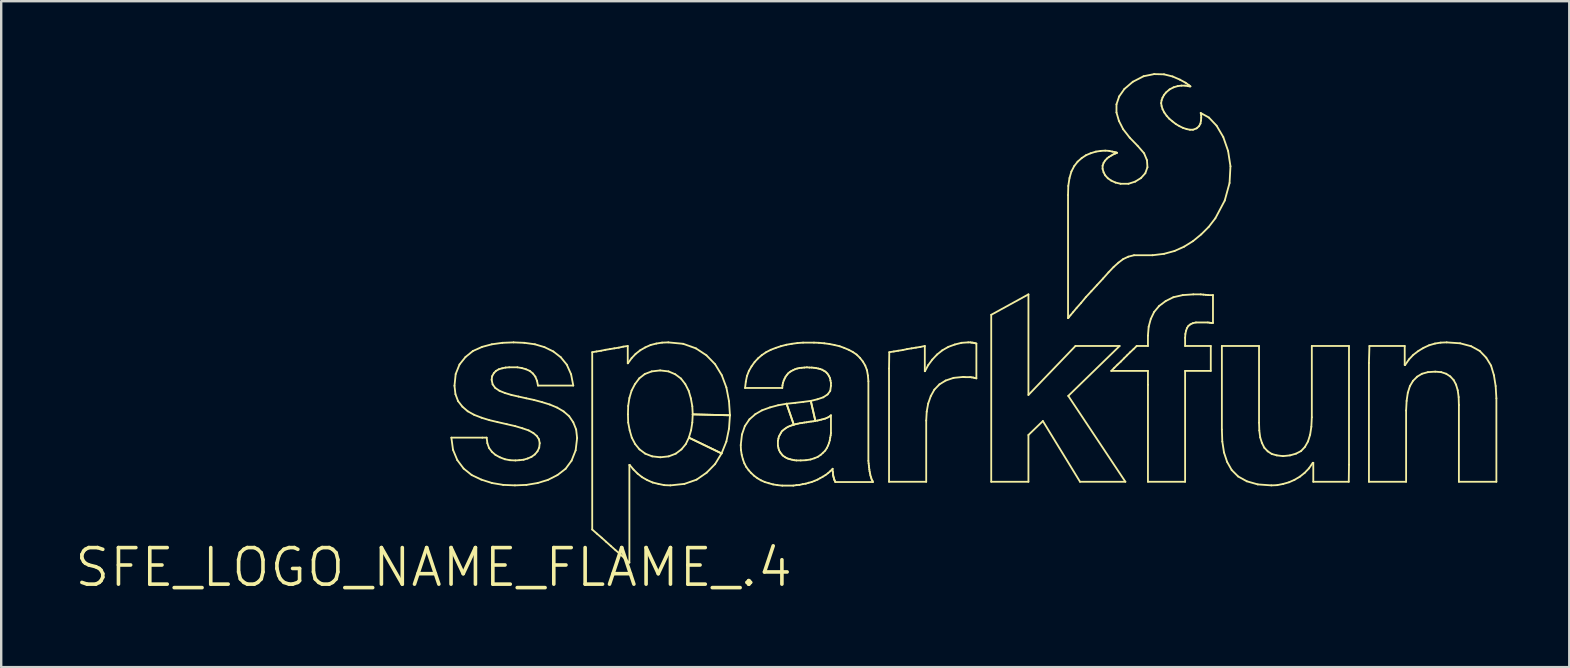
<source format=kicad_pcb>
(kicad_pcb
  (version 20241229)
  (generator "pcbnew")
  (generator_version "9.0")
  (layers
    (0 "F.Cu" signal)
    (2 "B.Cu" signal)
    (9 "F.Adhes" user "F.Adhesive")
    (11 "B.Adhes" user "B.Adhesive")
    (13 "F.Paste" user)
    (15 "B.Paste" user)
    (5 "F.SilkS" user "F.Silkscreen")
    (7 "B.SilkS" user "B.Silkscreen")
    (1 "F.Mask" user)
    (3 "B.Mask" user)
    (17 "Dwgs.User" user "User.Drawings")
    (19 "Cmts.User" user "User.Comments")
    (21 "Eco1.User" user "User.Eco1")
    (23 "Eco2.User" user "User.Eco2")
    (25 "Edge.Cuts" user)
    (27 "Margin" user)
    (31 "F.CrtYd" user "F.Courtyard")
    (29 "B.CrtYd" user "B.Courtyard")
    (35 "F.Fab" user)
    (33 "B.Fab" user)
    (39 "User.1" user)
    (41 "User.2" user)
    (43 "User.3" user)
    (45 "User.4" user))
  (footprint "SFE_LOGO_NAME_FLAME_.4"
    (layer "F.Cu")
    (at 15.022 20.597)
    (property "Reference" "SFE_LOGO_NAME_FLAME_.4" (at 0 0 0) (layer "F.SilkS") (effects (font (size 1.524 1.524) (thickness 0.15))))
    (attr exclude_from_pos_files exclude_from_bom)
    (fp_line (start 0.739 -5.408) (end 2.029 -5.408) (stroke (width 0.076) (type solid)) (layer "F.SilkS"))
    (fp_line (start 0.808 -4.9) (end 0.739 -5.408) (stroke (width 0.076) (type solid)) (layer "F.SilkS"))
    (fp_line (start 0.869 -7.569) (end 0.919 -8.059) (stroke (width 0.076) (type solid)) (layer "F.SilkS"))
    (fp_line (start 0.909 -7.219) (end 0.869 -7.569) (stroke (width 0.076) (type solid)) (layer "F.SilkS"))
    (fp_line (start 0.919 -8.059) (end 1.079 -8.458) (stroke (width 0.076) (type solid)) (layer "F.SilkS"))
    (fp_line (start 0.988 -4.468) (end 0.808 -4.9) (stroke (width 0.076) (type solid)) (layer "F.SilkS"))
    (fp_line (start 1.019 -6.929) (end 0.909 -7.219) (stroke (width 0.076) (type solid)) (layer "F.SilkS"))
    (fp_line (start 1.079 -8.458) (end 1.328 -8.768) (stroke (width 0.076) (type solid)) (layer "F.SilkS"))
    (fp_line (start 1.199 -6.698) (end 1.019 -6.929) (stroke (width 0.076) (type solid)) (layer "F.SilkS"))
    (fp_line (start 1.25 -4.12) (end 0.988 -4.468) (stroke (width 0.076) (type solid)) (layer "F.SilkS"))
    (fp_line (start 1.328 -8.768) (end 1.638 -9.02) (stroke (width 0.076) (type solid)) (layer "F.SilkS"))
    (fp_line (start 1.42 -6.507) (end 1.199 -6.698) (stroke (width 0.076) (type solid)) (layer "F.SilkS"))
    (fp_line (start 1.587 -3.848) (end 1.25 -4.12) (stroke (width 0.076) (type solid)) (layer "F.SilkS"))
    (fp_line (start 1.638 -9.02) (end 2.019 -9.19) (stroke (width 0.076) (type solid)) (layer "F.SilkS"))
    (fp_line (start 1.689 -6.358) (end 1.42 -6.507) (stroke (width 0.076) (type solid)) (layer "F.SilkS"))
    (fp_line (start 1.989 -3.658) (end 1.587 -3.848) (stroke (width 0.076) (type solid)) (layer "F.SilkS"))
    (fp_line (start 1.999 -6.238) (end 1.689 -6.358) (stroke (width 0.076) (type solid)) (layer "F.SilkS"))
    (fp_line (start 2.019 -9.19) (end 2.428 -9.299) (stroke (width 0.076) (type solid)) (layer "F.SilkS"))
    (fp_line (start 2.029 -5.408) (end 2.21 -5.408) (stroke (width 0.076) (type solid)) (layer "F.SilkS"))
    (fp_line (start 2.21 -5.408) (end 2.238 -5.179) (stroke (width 0.076) (type solid)) (layer "F.SilkS"))
    (fp_line (start 2.238 -5.179) (end 2.309 -4.978) (stroke (width 0.076) (type solid)) (layer "F.SilkS"))
    (fp_line (start 2.309 -4.978) (end 2.428 -4.818) (stroke (width 0.076) (type solid)) (layer "F.SilkS"))
    (fp_line (start 2.319 -6.139) (end 1.999 -6.238) (stroke (width 0.076) (type solid)) (layer "F.SilkS"))
    (fp_line (start 2.418 -7.818) (end 2.459 -7.628) (stroke (width 0.076) (type solid)) (layer "F.SilkS"))
    (fp_line (start 2.428 -9.299) (end 2.868 -9.36) (stroke (width 0.076) (type solid)) (layer "F.SilkS"))
    (fp_line (start 2.428 -4.818) (end 2.578 -4.689) (stroke (width 0.076) (type solid)) (layer "F.SilkS"))
    (fp_line (start 2.428 -3.518) (end 1.989 -3.658) (stroke (width 0.076) (type solid)) (layer "F.SilkS"))
    (fp_line (start 2.438 -7.968) (end 2.418 -7.818) (stroke (width 0.076) (type solid)) (layer "F.SilkS"))
    (fp_line (start 2.459 -7.628) (end 2.568 -7.478) (stroke (width 0.076) (type solid)) (layer "F.SilkS"))
    (fp_line (start 2.51 -8.098) (end 2.438 -7.968) (stroke (width 0.076) (type solid)) (layer "F.SilkS"))
    (fp_line (start 2.568 -7.478) (end 2.748 -7.358) (stroke (width 0.076) (type solid)) (layer "F.SilkS"))
    (fp_line (start 2.578 -4.689) (end 2.758 -4.59) (stroke (width 0.076) (type solid)) (layer "F.SilkS"))
    (fp_line (start 2.598 -8.189) (end 2.51 -8.098) (stroke (width 0.076) (type solid)) (layer "F.SilkS"))
    (fp_line (start 2.659 -6.058) (end 2.319 -6.139) (stroke (width 0.076) (type solid)) (layer "F.SilkS"))
    (fp_line (start 2.718 -8.258) (end 2.598 -8.189) (stroke (width 0.076) (type solid)) (layer "F.SilkS"))
    (fp_line (start 2.748 -7.358) (end 2.969 -7.269) (stroke (width 0.076) (type solid)) (layer "F.SilkS"))
    (fp_line (start 2.758 -4.59) (end 2.969 -4.508) (stroke (width 0.076) (type solid)) (layer "F.SilkS"))
    (fp_line (start 2.857 -8.298) (end 2.718 -8.258) (stroke (width 0.076) (type solid)) (layer "F.SilkS"))
    (fp_line (start 2.868 -9.36) (end 3.33 -9.378) (stroke (width 0.076) (type solid)) (layer "F.SilkS"))
    (fp_line (start 2.898 -3.439) (end 2.428 -3.518) (stroke (width 0.076) (type solid)) (layer "F.SilkS"))
    (fp_line (start 2.969 -7.269) (end 3.239 -7.188) (stroke (width 0.076) (type solid)) (layer "F.SilkS"))
    (fp_line (start 2.969 -4.508) (end 3.178 -4.468) (stroke (width 0.076) (type solid)) (layer "F.SilkS"))
    (fp_line (start 3 -8.329) (end 2.857 -8.298) (stroke (width 0.076) (type solid)) (layer "F.SilkS"))
    (fp_line (start 3.048 -5.969) (end 2.659 -6.058) (stroke (width 0.076) (type solid)) (layer "F.SilkS"))
    (fp_line (start 3.15 -8.339) (end 3 -8.329) (stroke (width 0.076) (type solid)) (layer "F.SilkS"))
    (fp_line (start 3.178 -4.468) (end 3.409 -4.458) (stroke (width 0.076) (type solid)) (layer "F.SilkS"))
    (fp_line (start 3.239 -7.188) (end 3.538 -7.12) (stroke (width 0.076) (type solid)) (layer "F.SilkS"))
    (fp_line (start 3.33 -9.378) (end 3.78 -9.36) (stroke (width 0.076) (type solid)) (layer "F.SilkS"))
    (fp_line (start 3.388 -3.419) (end 2.898 -3.439) (stroke (width 0.076) (type solid)) (layer "F.SilkS"))
    (fp_line (start 3.399 -5.888) (end 3.048 -5.969) (stroke (width 0.076) (type solid)) (layer "F.SilkS"))
    (fp_line (start 3.409 -4.458) (end 3.569 -4.468) (stroke (width 0.076) (type solid)) (layer "F.SilkS"))
    (fp_line (start 3.49 -8.339) (end 3.15 -8.339) (stroke (width 0.076) (type solid)) (layer "F.SilkS"))
    (fp_line (start 3.538 -7.12) (end 3.858 -7.048) (stroke (width 0.076) (type solid)) (layer "F.SilkS"))
    (fp_line (start 3.569 -4.468) (end 3.749 -4.488) (stroke (width 0.076) (type solid)) (layer "F.SilkS"))
    (fp_line (start 3.678 -8.308) (end 3.49 -8.339) (stroke (width 0.076) (type solid)) (layer "F.SilkS"))
    (fp_line (start 3.698 -5.799) (end 3.399 -5.888) (stroke (width 0.076) (type solid)) (layer "F.SilkS"))
    (fp_line (start 3.749 -4.488) (end 3.919 -4.539) (stroke (width 0.076) (type solid)) (layer "F.SilkS"))
    (fp_line (start 3.78 -9.36) (end 4.219 -9.299) (stroke (width 0.076) (type solid)) (layer "F.SilkS"))
    (fp_line (start 3.848 -8.258) (end 3.678 -8.308) (stroke (width 0.076) (type solid)) (layer "F.SilkS"))
    (fp_line (start 3.858 -7.048) (end 4.178 -6.98) (stroke (width 0.076) (type solid)) (layer "F.SilkS"))
    (fp_line (start 3.868 -3.439) (end 3.388 -3.419) (stroke (width 0.076) (type solid)) (layer "F.SilkS"))
    (fp_line (start 3.919 -4.539) (end 4.079 -4.608) (stroke (width 0.076) (type solid)) (layer "F.SilkS"))
    (fp_line (start 3.96 -5.71) (end 3.698 -5.799) (stroke (width 0.076) (type solid)) (layer "F.SilkS"))
    (fp_line (start 4.008 -8.189) (end 3.848 -8.258) (stroke (width 0.076) (type solid)) (layer "F.SilkS"))
    (fp_line (start 4.079 -4.608) (end 4.219 -4.709) (stroke (width 0.076) (type solid)) (layer "F.SilkS"))
    (fp_line (start 4.138 -8.08) (end 4.008 -8.189) (stroke (width 0.076) (type solid)) (layer "F.SilkS"))
    (fp_line (start 4.158 -5.598) (end 3.96 -5.71) (stroke (width 0.076) (type solid)) (layer "F.SilkS"))
    (fp_line (start 4.178 -6.98) (end 4.519 -6.888) (stroke (width 0.076) (type solid)) (layer "F.SilkS"))
    (fp_line (start 4.219 -9.299) (end 4.618 -9.18) (stroke (width 0.076) (type solid)) (layer "F.SilkS"))
    (fp_line (start 4.219 -4.709) (end 4.328 -4.839) (stroke (width 0.076) (type solid)) (layer "F.SilkS"))
    (fp_line (start 4.239 -7.948) (end 4.138 -8.08) (stroke (width 0.076) (type solid)) (layer "F.SilkS"))
    (fp_line (start 4.298 -5.479) (end 4.158 -5.598) (stroke (width 0.076) (type solid)) (layer "F.SilkS"))
    (fp_line (start 4.308 -7.777) (end 4.239 -7.948) (stroke (width 0.076) (type solid)) (layer "F.SilkS"))
    (fp_line (start 4.328 -4.839) (end 4.399 -4.989) (stroke (width 0.076) (type solid)) (layer "F.SilkS"))
    (fp_line (start 4.338 -3.518) (end 3.868 -3.439) (stroke (width 0.076) (type solid)) (layer "F.SilkS"))
    (fp_line (start 4.348 -7.579) (end 4.308 -7.777) (stroke (width 0.076) (type solid)) (layer "F.SilkS"))
    (fp_line (start 4.389 -5.339) (end 4.298 -5.479) (stroke (width 0.076) (type solid)) (layer "F.SilkS"))
    (fp_line (start 4.399 -4.989) (end 4.42 -5.179) (stroke (width 0.076) (type solid)) (layer "F.SilkS"))
    (fp_line (start 4.42 -5.179) (end 4.389 -5.339) (stroke (width 0.076) (type solid)) (layer "F.SilkS"))
    (fp_line (start 4.519 -6.888) (end 4.839 -6.789) (stroke (width 0.076) (type solid)) (layer "F.SilkS"))
    (fp_line (start 4.618 -9.18) (end 4.989 -8.999) (stroke (width 0.076) (type solid)) (layer "F.SilkS"))
    (fp_line (start 4.768 -3.65) (end 4.338 -3.518) (stroke (width 0.076) (type solid)) (layer "F.SilkS"))
    (fp_line (start 4.839 -6.789) (end 5.149 -6.66) (stroke (width 0.076) (type solid)) (layer "F.SilkS"))
    (fp_line (start 4.989 -8.999) (end 5.298 -8.758) (stroke (width 0.076) (type solid)) (layer "F.SilkS"))
    (fp_line (start 5.149 -6.66) (end 5.418 -6.5) (stroke (width 0.076) (type solid)) (layer "F.SilkS"))
    (fp_line (start 5.159 -3.848) (end 4.768 -3.65) (stroke (width 0.076) (type solid)) (layer "F.SilkS"))
    (fp_line (start 5.298 -8.758) (end 5.55 -8.448) (stroke (width 0.076) (type solid)) (layer "F.SilkS"))
    (fp_line (start 5.418 -6.5) (end 5.649 -6.299) (stroke (width 0.076) (type solid)) (layer "F.SilkS"))
    (fp_line (start 5.499 -4.11) (end 5.159 -3.848) (stroke (width 0.076) (type solid)) (layer "F.SilkS"))
    (fp_line (start 5.55 -8.448) (end 5.728 -8.049) (stroke (width 0.076) (type solid)) (layer "F.SilkS"))
    (fp_line (start 5.649 -6.299) (end 5.819 -6.048) (stroke (width 0.076) (type solid)) (layer "F.SilkS"))
    (fp_line (start 5.728 -8.049) (end 5.819 -7.579) (stroke (width 0.076) (type solid)) (layer "F.SilkS"))
    (fp_line (start 5.748 -4.448) (end 5.499 -4.11) (stroke (width 0.076) (type solid)) (layer "F.SilkS"))
    (fp_line (start 5.819 -7.579) (end 4.348 -7.579) (stroke (width 0.076) (type solid)) (layer "F.SilkS"))
    (fp_line (start 5.819 -6.048) (end 5.939 -5.748) (stroke (width 0.076) (type solid)) (layer "F.SilkS"))
    (fp_line (start 5.918 -4.879) (end 5.748 -4.448) (stroke (width 0.076) (type solid)) (layer "F.SilkS"))
    (fp_line (start 5.939 -5.748) (end 5.979 -5.39) (stroke (width 0.076) (type solid)) (layer "F.SilkS"))
    (fp_line (start 5.979 -5.39) (end 5.918 -4.879) (stroke (width 0.076) (type solid)) (layer "F.SilkS"))
    (fp_line (start 6.609 -8.969) (end 6.789 -8.999) (stroke (width 0.076) (type solid)) (layer "F.SilkS"))
    (fp_line (start 6.609 -1.58) (end 6.609 -8.969) (stroke (width 0.076) (type solid)) (layer "F.SilkS"))
    (fp_line (start 6.789 -8.999) (end 6.98 -9.03) (stroke (width 0.076) (type solid)) (layer "F.SilkS"))
    (fp_line (start 6.8 -1.41) (end 6.609 -1.58) (stroke (width 0.076) (type solid)) (layer "F.SilkS"))
    (fp_line (start 6.98 -9.03) (end 7.158 -9.068) (stroke (width 0.076) (type solid)) (layer "F.SilkS"))
    (fp_line (start 6.998 -1.24) (end 6.8 -1.41) (stroke (width 0.076) (type solid)) (layer "F.SilkS"))
    (fp_line (start 7.158 -9.068) (end 7.348 -9.098) (stroke (width 0.076) (type solid)) (layer "F.SilkS"))
    (fp_line (start 7.188 -1.069) (end 6.998 -1.24) (stroke (width 0.076) (type solid)) (layer "F.SilkS"))
    (fp_line (start 7.348 -9.098) (end 7.529 -9.129) (stroke (width 0.076) (type solid)) (layer "F.SilkS"))
    (fp_line (start 7.389 -0.889) (end 7.188 -1.069) (stroke (width 0.076) (type solid)) (layer "F.SilkS"))
    (fp_line (start 7.529 -9.129) (end 7.719 -9.159) (stroke (width 0.076) (type solid)) (layer "F.SilkS"))
    (fp_line (start 7.579 -0.719) (end 7.389 -0.889) (stroke (width 0.076) (type solid)) (layer "F.SilkS"))
    (fp_line (start 7.719 -9.159) (end 7.899 -9.2) (stroke (width 0.076) (type solid)) (layer "F.SilkS"))
    (fp_line (start 7.777 -0.549) (end 7.579 -0.719) (stroke (width 0.076) (type solid)) (layer "F.SilkS"))
    (fp_line (start 7.899 -9.2) (end 8.09 -9.228) (stroke (width 0.076) (type solid)) (layer "F.SilkS"))
    (fp_line (start 7.968 -0.368) (end 7.777 -0.549) (stroke (width 0.076) (type solid)) (layer "F.SilkS"))
    (fp_line (start 8.09 -9.228) (end 8.09 -8.509) (stroke (width 0.076) (type solid)) (layer "F.SilkS"))
    (fp_line (start 8.09 -8.509) (end 8.098 -8.509) (stroke (width 0.076) (type solid)) (layer "F.SilkS"))
    (fp_line (start 8.098 -8.509) (end 8.25 -8.72) (stroke (width 0.076) (type solid)) (layer "F.SilkS"))
    (fp_line (start 8.098 -6.378) (end 8.108 -6.038) (stroke (width 0.076) (type solid)) (layer "F.SilkS"))
    (fp_line (start 8.108 -6.728) (end 8.098 -6.378) (stroke (width 0.076) (type solid)) (layer "F.SilkS"))
    (fp_line (start 8.108 -6.038) (end 8.169 -5.718) (stroke (width 0.076) (type solid)) (layer "F.SilkS"))
    (fp_line (start 8.158 -7.059) (end 8.108 -6.728) (stroke (width 0.076) (type solid)) (layer "F.SilkS"))
    (fp_line (start 8.158 -4.27) (end 8.158 -0.198) (stroke (width 0.076) (type solid)) (layer "F.SilkS"))
    (fp_line (start 8.158 -0.198) (end 7.968 -0.368) (stroke (width 0.076) (type solid)) (layer "F.SilkS"))
    (fp_line (start 8.169 -5.718) (end 8.258 -5.408) (stroke (width 0.076) (type solid)) (layer "F.SilkS"))
    (fp_line (start 8.169 -4.27) (end 8.158 -4.27) (stroke (width 0.076) (type solid)) (layer "F.SilkS"))
    (fp_line (start 8.25 -8.72) (end 8.418 -8.898) (stroke (width 0.076) (type solid)) (layer "F.SilkS"))
    (fp_line (start 8.25 -7.369) (end 8.158 -7.059) (stroke (width 0.076) (type solid)) (layer "F.SilkS"))
    (fp_line (start 8.258 -5.408) (end 8.4 -5.138) (stroke (width 0.076) (type solid)) (layer "F.SilkS"))
    (fp_line (start 8.329 -4.079) (end 8.169 -4.27) (stroke (width 0.076) (type solid)) (layer "F.SilkS"))
    (fp_line (start 8.39 -7.638) (end 8.25 -7.369) (stroke (width 0.076) (type solid)) (layer "F.SilkS"))
    (fp_line (start 8.4 -5.138) (end 8.578 -4.92) (stroke (width 0.076) (type solid)) (layer "F.SilkS"))
    (fp_line (start 8.418 -8.898) (end 8.608 -9.047) (stroke (width 0.076) (type solid)) (layer "F.SilkS"))
    (fp_line (start 8.499 -3.909) (end 8.329 -4.079) (stroke (width 0.076) (type solid)) (layer "F.SilkS"))
    (fp_line (start 8.57 -7.879) (end 8.39 -7.638) (stroke (width 0.076) (type solid)) (layer "F.SilkS"))
    (fp_line (start 8.578 -4.92) (end 8.819 -4.74) (stroke (width 0.076) (type solid)) (layer "F.SilkS"))
    (fp_line (start 8.608 -9.047) (end 8.819 -9.169) (stroke (width 0.076) (type solid)) (layer "F.SilkS"))
    (fp_line (start 8.689 -3.759) (end 8.499 -3.909) (stroke (width 0.076) (type solid)) (layer "F.SilkS"))
    (fp_line (start 8.799 -8.059) (end 8.57 -7.879) (stroke (width 0.076) (type solid)) (layer "F.SilkS"))
    (fp_line (start 8.819 -9.169) (end 9.04 -9.268) (stroke (width 0.076) (type solid)) (layer "F.SilkS"))
    (fp_line (start 8.819 -4.74) (end 9.108 -4.628) (stroke (width 0.076) (type solid)) (layer "F.SilkS"))
    (fp_line (start 8.898 -3.64) (end 8.689 -3.759) (stroke (width 0.076) (type solid)) (layer "F.SilkS"))
    (fp_line (start 9.04 -9.268) (end 9.279 -9.329) (stroke (width 0.076) (type solid)) (layer "F.SilkS"))
    (fp_line (start 9.088 -8.169) (end 8.799 -8.059) (stroke (width 0.076) (type solid)) (layer "F.SilkS"))
    (fp_line (start 9.108 -4.628) (end 9.449 -4.59) (stroke (width 0.076) (type solid)) (layer "F.SilkS"))
    (fp_line (start 9.129 -3.538) (end 8.898 -3.64) (stroke (width 0.076) (type solid)) (layer "F.SilkS"))
    (fp_line (start 9.279 -9.329) (end 9.52 -9.368) (stroke (width 0.076) (type solid)) (layer "F.SilkS"))
    (fp_line (start 9.368 -3.48) (end 9.129 -3.538) (stroke (width 0.076) (type solid)) (layer "F.SilkS"))
    (fp_line (start 9.439 -8.209) (end 9.088 -8.169) (stroke (width 0.076) (type solid)) (layer "F.SilkS"))
    (fp_line (start 9.449 -4.59) (end 9.799 -4.628) (stroke (width 0.076) (type solid)) (layer "F.SilkS"))
    (fp_line (start 9.52 -9.368) (end 9.779 -9.378) (stroke (width 0.076) (type solid)) (layer "F.SilkS"))
    (fp_line (start 9.609 -3.429) (end 9.368 -3.48) (stroke (width 0.076) (type solid)) (layer "F.SilkS"))
    (fp_line (start 9.779 -9.378) (end 10.399 -9.319) (stroke (width 0.076) (type solid)) (layer "F.SilkS"))
    (fp_line (start 9.789 -8.169) (end 9.439 -8.209) (stroke (width 0.076) (type solid)) (layer "F.SilkS"))
    (fp_line (start 9.799 -4.628) (end 10.089 -4.74) (stroke (width 0.076) (type solid)) (layer "F.SilkS"))
    (fp_line (start 9.868 -3.419) (end 9.609 -3.429) (stroke (width 0.076) (type solid)) (layer "F.SilkS"))
    (fp_line (start 10.069 -8.049) (end 9.789 -8.169) (stroke (width 0.076) (type solid)) (layer "F.SilkS"))
    (fp_line (start 10.089 -4.74) (end 10.328 -4.92) (stroke (width 0.076) (type solid)) (layer "F.SilkS"))
    (fp_line (start 10.31 -7.869) (end 10.069 -8.049) (stroke (width 0.076) (type solid)) (layer "F.SilkS"))
    (fp_line (start 10.328 -4.92) (end 10.508 -5.138) (stroke (width 0.076) (type solid)) (layer "F.SilkS"))
    (fp_line (start 10.399 -9.319) (end 10.93 -9.129) (stroke (width 0.076) (type solid)) (layer "F.SilkS"))
    (fp_line (start 10.45 -3.48) (end 9.868 -3.419) (stroke (width 0.076) (type solid)) (layer "F.SilkS"))
    (fp_line (start 10.488 -7.638) (end 10.31 -7.869) (stroke (width 0.076) (type solid)) (layer "F.SilkS"))
    (fp_line (start 10.508 -5.138) (end 10.638 -5.408) (stroke (width 0.076) (type solid)) (layer "F.SilkS"))
    (fp_line (start 10.63 -7.358) (end 10.488 -7.638) (stroke (width 0.076) (type solid)) (layer "F.SilkS"))
    (fp_line (start 10.638 -5.408) (end 10.729 -5.718) (stroke (width 0.076) (type solid)) (layer "F.SilkS"))
    (fp_line (start 10.638 -5.408) (end 11.999 -4.75) (stroke (width 0.076) (type solid)) (layer "F.SilkS"))
    (fp_line (start 10.719 -7.048) (end 10.63 -7.358) (stroke (width 0.076) (type solid)) (layer "F.SilkS"))
    (fp_line (start 10.729 -5.718) (end 10.78 -6.038) (stroke (width 0.076) (type solid)) (layer "F.SilkS"))
    (fp_line (start 10.78 -6.718) (end 10.719 -7.048) (stroke (width 0.076) (type solid)) (layer "F.SilkS"))
    (fp_line (start 10.78 -6.038) (end 10.798 -6.378) (stroke (width 0.076) (type solid)) (layer "F.SilkS"))
    (fp_line (start 10.798 -6.378) (end 10.78 -6.718) (stroke (width 0.076) (type solid)) (layer "F.SilkS"))
    (fp_line (start 10.798 -6.378) (end 12.349 -6.34) (stroke (width 0.076) (type solid)) (layer "F.SilkS"))
    (fp_line (start 10.93 -9.129) (end 11.369 -8.839) (stroke (width 0.076) (type solid)) (layer "F.SilkS"))
    (fp_line (start 10.958 -3.658) (end 10.45 -3.48) (stroke (width 0.076) (type solid)) (layer "F.SilkS"))
    (fp_line (start 11.369 -8.839) (end 11.73 -8.468) (stroke (width 0.076) (type solid)) (layer "F.SilkS"))
    (fp_line (start 11.379 -3.95) (end 10.958 -3.658) (stroke (width 0.076) (type solid)) (layer "F.SilkS"))
    (fp_line (start 11.73 -8.468) (end 12.009 -8.009) (stroke (width 0.076) (type solid)) (layer "F.SilkS"))
    (fp_line (start 11.73 -4.308) (end 11.379 -3.95) (stroke (width 0.076) (type solid)) (layer "F.SilkS"))
    (fp_line (start 11.999 -4.75) (end 10.638 -5.408) (stroke (width 0.076) (type solid)) (layer "F.SilkS"))
    (fp_line (start 11.999 -4.75) (end 11.73 -4.308) (stroke (width 0.076) (type solid)) (layer "F.SilkS"))
    (fp_line (start 12.009 -8.009) (end 12.2 -7.498) (stroke (width 0.076) (type solid)) (layer "F.SilkS"))
    (fp_line (start 12.2 -7.498) (end 12.309 -6.929) (stroke (width 0.076) (type solid)) (layer "F.SilkS"))
    (fp_line (start 12.2 -5.248) (end 11.999 -4.75) (stroke (width 0.076) (type solid)) (layer "F.SilkS"))
    (fp_line (start 12.309 -6.929) (end 12.349 -6.34) (stroke (width 0.076) (type solid)) (layer "F.SilkS"))
    (fp_line (start 12.309 -5.779) (end 12.2 -5.248) (stroke (width 0.076) (type solid)) (layer "F.SilkS"))
    (fp_line (start 12.349 -6.34) (end 10.798 -6.378) (stroke (width 0.076) (type solid)) (layer "F.SilkS"))
    (fp_line (start 12.349 -6.34) (end 12.309 -5.779) (stroke (width 0.076) (type solid)) (layer "F.SilkS"))
    (fp_line (start 12.799 -5.098) (end 12.85 -5.54) (stroke (width 0.076) (type solid)) (layer "F.SilkS"))
    (fp_line (start 12.809 -4.889) (end 12.799 -5.098) (stroke (width 0.076) (type solid)) (layer "F.SilkS"))
    (fp_line (start 12.84 -4.689) (end 12.809 -4.889) (stroke (width 0.076) (type solid)) (layer "F.SilkS"))
    (fp_line (start 12.85 -5.54) (end 12.969 -5.888) (stroke (width 0.076) (type solid)) (layer "F.SilkS"))
    (fp_line (start 12.888 -4.508) (end 12.84 -4.689) (stroke (width 0.076) (type solid)) (layer "F.SilkS"))
    (fp_line (start 12.949 -4.338) (end 12.888 -4.508) (stroke (width 0.076) (type solid)) (layer "F.SilkS"))
    (fp_line (start 12.969 -5.888) (end 13.16 -6.17) (stroke (width 0.076) (type solid)) (layer "F.SilkS"))
    (fp_line (start 12.979 -7.478) (end 13.01 -7.739) (stroke (width 0.076) (type solid)) (layer "F.SilkS"))
    (fp_line (start 13.01 -7.739) (end 13.058 -7.978) (stroke (width 0.076) (type solid)) (layer "F.SilkS"))
    (fp_line (start 13.028 -4.188) (end 12.949 -4.338) (stroke (width 0.076) (type solid)) (layer "F.SilkS"))
    (fp_line (start 13.058 -7.978) (end 13.139 -8.189) (stroke (width 0.076) (type solid)) (layer "F.SilkS"))
    (fp_line (start 13.129 -4.049) (end 13.028 -4.188) (stroke (width 0.076) (type solid)) (layer "F.SilkS"))
    (fp_line (start 13.139 -8.189) (end 13.249 -8.379) (stroke (width 0.076) (type solid)) (layer "F.SilkS"))
    (fp_line (start 13.16 -6.17) (end 13.409 -6.388) (stroke (width 0.076) (type solid)) (layer "F.SilkS"))
    (fp_line (start 13.238 -3.929) (end 13.129 -4.049) (stroke (width 0.076) (type solid)) (layer "F.SilkS"))
    (fp_line (start 13.249 -8.379) (end 13.378 -8.56) (stroke (width 0.076) (type solid)) (layer "F.SilkS"))
    (fp_line (start 13.358 -3.818) (end 13.238 -3.929) (stroke (width 0.076) (type solid)) (layer "F.SilkS"))
    (fp_line (start 13.378 -8.56) (end 13.518 -8.71) (stroke (width 0.076) (type solid)) (layer "F.SilkS"))
    (fp_line (start 13.409 -6.388) (end 13.688 -6.548) (stroke (width 0.076) (type solid)) (layer "F.SilkS"))
    (fp_line (start 13.49 -3.719) (end 13.358 -3.818) (stroke (width 0.076) (type solid)) (layer "F.SilkS"))
    (fp_line (start 13.518 -8.71) (end 13.678 -8.849) (stroke (width 0.076) (type solid)) (layer "F.SilkS"))
    (fp_line (start 13.64 -3.63) (end 13.49 -3.719) (stroke (width 0.076) (type solid)) (layer "F.SilkS"))
    (fp_line (start 13.678 -8.849) (end 13.858 -8.969) (stroke (width 0.076) (type solid)) (layer "F.SilkS"))
    (fp_line (start 13.688 -6.548) (end 14.018 -6.668) (stroke (width 0.076) (type solid)) (layer "F.SilkS"))
    (fp_line (start 13.8 -3.559) (end 13.64 -3.63) (stroke (width 0.076) (type solid)) (layer "F.SilkS"))
    (fp_line (start 13.858 -8.969) (end 14.049 -9.068) (stroke (width 0.076) (type solid)) (layer "F.SilkS"))
    (fp_line (start 13.97 -3.508) (end 13.8 -3.559) (stroke (width 0.076) (type solid)) (layer "F.SilkS"))
    (fp_line (start 14.018 -6.668) (end 14.359 -6.759) (stroke (width 0.076) (type solid)) (layer "F.SilkS"))
    (fp_line (start 14.049 -9.068) (end 14.26 -9.149) (stroke (width 0.076) (type solid)) (layer "F.SilkS"))
    (fp_line (start 14.148 -3.459) (end 13.97 -3.508) (stroke (width 0.076) (type solid)) (layer "F.SilkS"))
    (fp_line (start 14.26 -9.149) (end 14.468 -9.218) (stroke (width 0.076) (type solid)) (layer "F.SilkS"))
    (fp_line (start 14.328 -3.429) (end 14.148 -3.459) (stroke (width 0.076) (type solid)) (layer "F.SilkS"))
    (fp_line (start 14.348 -5.278) (end 14.348 -5.07) (stroke (width 0.076) (type solid)) (layer "F.SilkS"))
    (fp_line (start 14.348 -5.07) (end 14.369 -4.978) (stroke (width 0.076) (type solid)) (layer "F.SilkS"))
    (fp_line (start 14.359 -6.759) (end 14.709 -6.82) (stroke (width 0.076) (type solid)) (layer "F.SilkS"))
    (fp_line (start 14.369 -5.37) (end 14.348 -5.278) (stroke (width 0.076) (type solid)) (layer "F.SilkS"))
    (fp_line (start 14.369 -4.978) (end 14.389 -4.9) (stroke (width 0.076) (type solid)) (layer "F.SilkS"))
    (fp_line (start 14.389 -5.458) (end 14.369 -5.37) (stroke (width 0.076) (type solid)) (layer "F.SilkS"))
    (fp_line (start 14.389 -4.9) (end 14.43 -4.818) (stroke (width 0.076) (type solid)) (layer "F.SilkS"))
    (fp_line (start 14.43 -5.53) (end 14.389 -5.458) (stroke (width 0.076) (type solid)) (layer "F.SilkS"))
    (fp_line (start 14.43 -4.818) (end 14.468 -4.76) (stroke (width 0.076) (type solid)) (layer "F.SilkS"))
    (fp_line (start 14.468 -9.218) (end 14.699 -9.279) (stroke (width 0.076) (type solid)) (layer "F.SilkS"))
    (fp_line (start 14.468 -5.598) (end 14.43 -5.53) (stroke (width 0.076) (type solid)) (layer "F.SilkS"))
    (fp_line (start 14.468 -4.76) (end 14.519 -4.699) (stroke (width 0.076) (type solid)) (layer "F.SilkS"))
    (fp_line (start 14.508 -5.669) (end 14.468 -5.598) (stroke (width 0.076) (type solid)) (layer "F.SilkS"))
    (fp_line (start 14.519 -4.699) (end 14.569 -4.648) (stroke (width 0.076) (type solid)) (layer "F.SilkS"))
    (fp_line (start 14.529 -7.478) (end 12.979 -7.478) (stroke (width 0.076) (type solid)) (layer "F.SilkS"))
    (fp_line (start 14.529 -3.409) (end 14.328 -3.429) (stroke (width 0.076) (type solid)) (layer "F.SilkS"))
    (fp_line (start 14.539 -7.59) (end 14.529 -7.478) (stroke (width 0.076) (type solid)) (layer "F.SilkS"))
    (fp_line (start 14.559 -7.689) (end 14.539 -7.59) (stroke (width 0.076) (type solid)) (layer "F.SilkS"))
    (fp_line (start 14.569 -5.718) (end 14.508 -5.669) (stroke (width 0.076) (type solid)) (layer "F.SilkS"))
    (fp_line (start 14.569 -4.648) (end 14.638 -4.6) (stroke (width 0.076) (type solid)) (layer "F.SilkS"))
    (fp_line (start 14.59 -7.788) (end 14.559 -7.689) (stroke (width 0.076) (type solid)) (layer "F.SilkS"))
    (fp_line (start 14.628 -7.869) (end 14.59 -7.788) (stroke (width 0.076) (type solid)) (layer "F.SilkS"))
    (fp_line (start 14.628 -5.768) (end 14.569 -5.718) (stroke (width 0.076) (type solid)) (layer "F.SilkS"))
    (fp_line (start 14.638 -4.6) (end 14.709 -4.559) (stroke (width 0.076) (type solid)) (layer "F.SilkS"))
    (fp_line (start 14.668 -7.948) (end 14.628 -7.869) (stroke (width 0.076) (type solid)) (layer "F.SilkS"))
    (fp_line (start 14.699 -9.279) (end 14.928 -9.319) (stroke (width 0.076) (type solid)) (layer "F.SilkS"))
    (fp_line (start 14.699 -5.819) (end 14.628 -5.768) (stroke (width 0.076) (type solid)) (layer "F.SilkS"))
    (fp_line (start 14.709 -6.82) (end 15.009 -5.949) (stroke (width 0.076) (type solid)) (layer "F.SilkS"))
    (fp_line (start 14.709 -6.82) (end 15.07 -6.858) (stroke (width 0.076) (type solid)) (layer "F.SilkS"))
    (fp_line (start 14.709 -4.559) (end 14.778 -4.529) (stroke (width 0.076) (type solid)) (layer "F.SilkS"))
    (fp_line (start 14.719 -8.019) (end 14.668 -7.948) (stroke (width 0.076) (type solid)) (layer "F.SilkS"))
    (fp_line (start 14.768 -8.08) (end 14.719 -8.019) (stroke (width 0.076) (type solid)) (layer "F.SilkS"))
    (fp_line (start 14.768 -5.86) (end 14.699 -5.819) (stroke (width 0.076) (type solid)) (layer "F.SilkS"))
    (fp_line (start 14.778 -4.529) (end 14.859 -4.508) (stroke (width 0.076) (type solid)) (layer "F.SilkS"))
    (fp_line (start 14.839 -8.138) (end 14.768 -8.08) (stroke (width 0.076) (type solid)) (layer "F.SilkS"))
    (fp_line (start 14.839 -5.888) (end 14.768 -5.86) (stroke (width 0.076) (type solid)) (layer "F.SilkS"))
    (fp_line (start 14.859 -4.508) (end 14.938 -4.488) (stroke (width 0.076) (type solid)) (layer "F.SilkS"))
    (fp_line (start 14.9 -8.179) (end 14.839 -8.138) (stroke (width 0.076) (type solid)) (layer "F.SilkS"))
    (fp_line (start 14.92 -5.918) (end 14.839 -5.888) (stroke (width 0.076) (type solid)) (layer "F.SilkS"))
    (fp_line (start 14.928 -9.319) (end 15.159 -9.35) (stroke (width 0.076) (type solid)) (layer "F.SilkS"))
    (fp_line (start 14.938 -4.488) (end 15.029 -4.468) (stroke (width 0.076) (type solid)) (layer "F.SilkS"))
    (fp_line (start 14.978 -8.219) (end 14.9 -8.179) (stroke (width 0.076) (type solid)) (layer "F.SilkS"))
    (fp_line (start 14.989 -3.409) (end 14.529 -3.409) (stroke (width 0.076) (type solid)) (layer "F.SilkS"))
    (fp_line (start 15.009 -5.949) (end 14.709 -6.82) (stroke (width 0.076) (type solid)) (layer "F.SilkS"))
    (fp_line (start 15.009 -5.949) (end 14.92 -5.918) (stroke (width 0.076) (type solid)) (layer "F.SilkS"))
    (fp_line (start 15.029 -4.468) (end 15.118 -4.458) (stroke (width 0.076) (type solid)) (layer "F.SilkS"))
    (fp_line (start 15.06 -8.258) (end 14.978 -8.219) (stroke (width 0.076) (type solid)) (layer "F.SilkS"))
    (fp_line (start 15.07 -6.858) (end 15.408 -6.899) (stroke (width 0.076) (type solid)) (layer "F.SilkS"))
    (fp_line (start 15.088 -5.969) (end 15.009 -5.949) (stroke (width 0.076) (type solid)) (layer "F.SilkS"))
    (fp_line (start 15.118 -4.458) (end 15.298 -4.458) (stroke (width 0.076) (type solid)) (layer "F.SilkS"))
    (fp_line (start 15.118 -3.429) (end 14.989 -3.409) (stroke (width 0.076) (type solid)) (layer "F.SilkS"))
    (fp_line (start 15.149 -8.288) (end 15.06 -8.258) (stroke (width 0.076) (type solid)) (layer "F.SilkS"))
    (fp_line (start 15.159 -9.35) (end 15.397 -9.368) (stroke (width 0.076) (type solid)) (layer "F.SilkS"))
    (fp_line (start 15.179 -5.989) (end 15.088 -5.969) (stroke (width 0.076) (type solid)) (layer "F.SilkS"))
    (fp_line (start 15.24 -8.308) (end 15.149 -8.288) (stroke (width 0.076) (type solid)) (layer "F.SilkS"))
    (fp_line (start 15.248 -3.439) (end 15.118 -3.429) (stroke (width 0.076) (type solid)) (layer "F.SilkS"))
    (fp_line (start 15.268 -6.01) (end 15.179 -5.989) (stroke (width 0.076) (type solid)) (layer "F.SilkS"))
    (fp_line (start 15.298 -4.458) (end 15.519 -4.468) (stroke (width 0.076) (type solid)) (layer "F.SilkS"))
    (fp_line (start 15.339 -8.319) (end 15.24 -8.308) (stroke (width 0.076) (type solid)) (layer "F.SilkS"))
    (fp_line (start 15.359 -6.02) (end 15.268 -6.01) (stroke (width 0.076) (type solid)) (layer "F.SilkS"))
    (fp_line (start 15.38 -3.47) (end 15.248 -3.439) (stroke (width 0.076) (type solid)) (layer "F.SilkS"))
    (fp_line (start 15.397 -9.368) (end 15.85 -9.368) (stroke (width 0.076) (type solid)) (layer "F.SilkS"))
    (fp_line (start 15.408 -6.899) (end 15.718 -6.939) (stroke (width 0.076) (type solid)) (layer "F.SilkS"))
    (fp_line (start 15.448 -8.329) (end 15.339 -8.319) (stroke (width 0.076) (type solid)) (layer "F.SilkS"))
    (fp_line (start 15.448 -6.038) (end 15.359 -6.02) (stroke (width 0.076) (type solid)) (layer "F.SilkS"))
    (fp_line (start 15.509 -3.49) (end 15.38 -3.47) (stroke (width 0.076) (type solid)) (layer "F.SilkS"))
    (fp_line (start 15.519 -4.468) (end 15.71 -4.498) (stroke (width 0.076) (type solid)) (layer "F.SilkS"))
    (fp_line (start 15.54 -6.048) (end 15.448 -6.038) (stroke (width 0.076) (type solid)) (layer "F.SilkS"))
    (fp_line (start 15.557 -8.339) (end 15.448 -8.329) (stroke (width 0.076) (type solid)) (layer "F.SilkS"))
    (fp_line (start 15.629 -3.528) (end 15.509 -3.49) (stroke (width 0.076) (type solid)) (layer "F.SilkS"))
    (fp_line (start 15.639 -6.068) (end 15.54 -6.048) (stroke (width 0.076) (type solid)) (layer "F.SilkS"))
    (fp_line (start 15.659 -8.329) (end 15.557 -8.339) (stroke (width 0.076) (type solid)) (layer "F.SilkS"))
    (fp_line (start 15.71 -4.498) (end 15.87 -4.549) (stroke (width 0.076) (type solid)) (layer "F.SilkS"))
    (fp_line (start 15.718 -6.939) (end 15.908 -6.109) (stroke (width 0.076) (type solid)) (layer "F.SilkS"))
    (fp_line (start 15.718 -6.939) (end 15.999 -7.008) (stroke (width 0.076) (type solid)) (layer "F.SilkS"))
    (fp_line (start 15.728 -6.078) (end 15.639 -6.068) (stroke (width 0.076) (type solid)) (layer "F.SilkS"))
    (fp_line (start 15.758 -8.329) (end 15.659 -8.329) (stroke (width 0.076) (type solid)) (layer "F.SilkS"))
    (fp_line (start 15.758 -3.559) (end 15.629 -3.528) (stroke (width 0.076) (type solid)) (layer "F.SilkS"))
    (fp_line (start 15.819 -6.088) (end 15.728 -6.078) (stroke (width 0.076) (type solid)) (layer "F.SilkS"))
    (fp_line (start 15.85 -9.368) (end 16.058 -9.36) (stroke (width 0.076) (type solid)) (layer "F.SilkS"))
    (fp_line (start 15.85 -8.319) (end 15.758 -8.329) (stroke (width 0.076) (type solid)) (layer "F.SilkS"))
    (fp_line (start 15.87 -4.549) (end 16.01 -4.608) (stroke (width 0.076) (type solid)) (layer "F.SilkS"))
    (fp_line (start 15.878 -3.609) (end 15.758 -3.559) (stroke (width 0.076) (type solid)) (layer "F.SilkS"))
    (fp_line (start 15.908 -6.109) (end 15.718 -6.939) (stroke (width 0.076) (type solid)) (layer "F.SilkS"))
    (fp_line (start 15.908 -6.109) (end 15.819 -6.088) (stroke (width 0.076) (type solid)) (layer "F.SilkS"))
    (fp_line (start 15.938 -8.308) (end 15.85 -8.319) (stroke (width 0.076) (type solid)) (layer "F.SilkS"))
    (fp_line (start 15.999 -7.008) (end 16.238 -7.089) (stroke (width 0.076) (type solid)) (layer "F.SilkS"))
    (fp_line (start 15.999 -6.119) (end 15.908 -6.109) (stroke (width 0.076) (type solid)) (layer "F.SilkS"))
    (fp_line (start 15.999 -3.658) (end 15.878 -3.609) (stroke (width 0.076) (type solid)) (layer "F.SilkS"))
    (fp_line (start 16.01 -4.608) (end 16.129 -4.689) (stroke (width 0.076) (type solid)) (layer "F.SilkS"))
    (fp_line (start 16.03 -8.288) (end 15.938 -8.308) (stroke (width 0.076) (type solid)) (layer "F.SilkS"))
    (fp_line (start 16.058 -9.36) (end 16.279 -9.34) (stroke (width 0.076) (type solid)) (layer "F.SilkS"))
    (fp_line (start 16.078 -6.139) (end 15.999 -6.119) (stroke (width 0.076) (type solid)) (layer "F.SilkS"))
    (fp_line (start 16.109 -8.268) (end 16.03 -8.288) (stroke (width 0.076) (type solid)) (layer "F.SilkS"))
    (fp_line (start 16.109 -3.719) (end 15.999 -3.658) (stroke (width 0.076) (type solid)) (layer "F.SilkS"))
    (fp_line (start 16.129 -4.689) (end 16.228 -4.778) (stroke (width 0.076) (type solid)) (layer "F.SilkS"))
    (fp_line (start 16.159 -6.16) (end 16.078 -6.139) (stroke (width 0.076) (type solid)) (layer "F.SilkS"))
    (fp_line (start 16.19 -8.24) (end 16.109 -8.268) (stroke (width 0.076) (type solid)) (layer "F.SilkS"))
    (fp_line (start 16.218 -3.78) (end 16.109 -3.719) (stroke (width 0.076) (type solid)) (layer "F.SilkS"))
    (fp_line (start 16.228 -4.778) (end 16.32 -4.869) (stroke (width 0.076) (type solid)) (layer "F.SilkS"))
    (fp_line (start 16.238 -7.089) (end 16.419 -7.209) (stroke (width 0.076) (type solid)) (layer "F.SilkS"))
    (fp_line (start 16.238 -6.18) (end 16.159 -6.16) (stroke (width 0.076) (type solid)) (layer "F.SilkS"))
    (fp_line (start 16.259 -8.199) (end 16.19 -8.24) (stroke (width 0.076) (type solid)) (layer "F.SilkS"))
    (fp_line (start 16.279 -9.34) (end 16.5 -9.309) (stroke (width 0.076) (type solid)) (layer "F.SilkS"))
    (fp_line (start 16.309 -6.198) (end 16.238 -6.18) (stroke (width 0.076) (type solid)) (layer "F.SilkS"))
    (fp_line (start 16.32 -4.869) (end 16.388 -4.978) (stroke (width 0.076) (type solid)) (layer "F.SilkS"))
    (fp_line (start 16.33 -8.158) (end 16.259 -8.199) (stroke (width 0.076) (type solid)) (layer "F.SilkS"))
    (fp_line (start 16.33 -3.848) (end 16.218 -3.78) (stroke (width 0.076) (type solid)) (layer "F.SilkS"))
    (fp_line (start 16.378 -6.228) (end 16.309 -6.198) (stroke (width 0.076) (type solid)) (layer "F.SilkS"))
    (fp_line (start 16.388 -8.098) (end 16.33 -8.158) (stroke (width 0.076) (type solid)) (layer "F.SilkS"))
    (fp_line (start 16.388 -4.978) (end 16.439 -5.08) (stroke (width 0.076) (type solid)) (layer "F.SilkS"))
    (fp_line (start 16.419 -7.209) (end 16.528 -7.358) (stroke (width 0.076) (type solid)) (layer "F.SilkS"))
    (fp_line (start 16.439 -8.039) (end 16.388 -8.098) (stroke (width 0.076) (type solid)) (layer "F.SilkS"))
    (fp_line (start 16.439 -5.08) (end 16.48 -5.189) (stroke (width 0.076) (type solid)) (layer "F.SilkS"))
    (fp_line (start 16.439 -3.929) (end 16.33 -3.848) (stroke (width 0.076) (type solid)) (layer "F.SilkS"))
    (fp_line (start 16.449 -6.259) (end 16.378 -6.228) (stroke (width 0.076) (type solid)) (layer "F.SilkS"))
    (fp_line (start 16.48 -7.968) (end 16.439 -8.039) (stroke (width 0.076) (type solid)) (layer "F.SilkS"))
    (fp_line (start 16.48 -5.189) (end 16.51 -5.298) (stroke (width 0.076) (type solid)) (layer "F.SilkS"))
    (fp_line (start 16.5 -9.309) (end 16.708 -9.268) (stroke (width 0.076) (type solid)) (layer "F.SilkS"))
    (fp_line (start 16.51 -6.299) (end 16.449 -6.259) (stroke (width 0.076) (type solid)) (layer "F.SilkS"))
    (fp_line (start 16.51 -5.298) (end 16.528 -5.408) (stroke (width 0.076) (type solid)) (layer "F.SilkS"))
    (fp_line (start 16.518 -7.889) (end 16.48 -7.968) (stroke (width 0.076) (type solid)) (layer "F.SilkS"))
    (fp_line (start 16.528 -7.358) (end 16.558 -7.569) (stroke (width 0.076) (type solid)) (layer "F.SilkS"))
    (fp_line (start 16.528 -5.408) (end 16.548 -5.509) (stroke (width 0.076) (type solid)) (layer "F.SilkS"))
    (fp_line (start 16.528 -4.008) (end 16.439 -3.929) (stroke (width 0.076) (type solid)) (layer "F.SilkS"))
    (fp_line (start 16.538 -7.788) (end 16.518 -7.889) (stroke (width 0.076) (type solid)) (layer "F.SilkS"))
    (fp_line (start 16.548 -5.509) (end 16.558 -5.598) (stroke (width 0.076) (type solid)) (layer "F.SilkS"))
    (fp_line (start 16.558 -7.689) (end 16.538 -7.788) (stroke (width 0.076) (type solid)) (layer "F.SilkS"))
    (fp_line (start 16.558 -7.569) (end 16.558 -7.689) (stroke (width 0.076) (type solid)) (layer "F.SilkS"))
    (fp_line (start 16.558 -6.34) (end 16.51 -6.299) (stroke (width 0.076) (type solid)) (layer "F.SilkS"))
    (fp_line (start 16.558 -5.598) (end 16.558 -6.34) (stroke (width 0.076) (type solid)) (layer "F.SilkS"))
    (fp_line (start 16.629 -4.11) (end 16.528 -4.008) (stroke (width 0.076) (type solid)) (layer "F.SilkS"))
    (fp_line (start 16.629 -3.998) (end 16.629 -4.11) (stroke (width 0.076) (type solid)) (layer "F.SilkS"))
    (fp_line (start 16.64 -3.967) (end 16.629 -3.998) (stroke (width 0.076) (type solid)) (layer "F.SilkS"))
    (fp_line (start 16.64 -3.899) (end 16.64 -3.967) (stroke (width 0.076) (type solid)) (layer "F.SilkS"))
    (fp_line (start 16.65 -3.858) (end 16.64 -3.899) (stroke (width 0.076) (type solid)) (layer "F.SilkS"))
    (fp_line (start 16.65 -3.828) (end 16.65 -3.858) (stroke (width 0.076) (type solid)) (layer "F.SilkS"))
    (fp_line (start 16.66 -3.8) (end 16.65 -3.828) (stroke (width 0.076) (type solid)) (layer "F.SilkS"))
    (fp_line (start 16.667 -3.759) (end 16.66 -3.8) (stroke (width 0.076) (type solid)) (layer "F.SilkS"))
    (fp_line (start 16.678 -3.729) (end 16.667 -3.759) (stroke (width 0.076) (type solid)) (layer "F.SilkS"))
    (fp_line (start 16.688 -3.688) (end 16.678 -3.729) (stroke (width 0.076) (type solid)) (layer "F.SilkS"))
    (fp_line (start 16.698 -3.658) (end 16.688 -3.688) (stroke (width 0.076) (type solid)) (layer "F.SilkS"))
    (fp_line (start 16.708 -9.268) (end 16.919 -9.218) (stroke (width 0.076) (type solid)) (layer "F.SilkS"))
    (fp_line (start 16.708 -3.63) (end 16.698 -3.658) (stroke (width 0.076) (type solid)) (layer "F.SilkS"))
    (fp_line (start 16.728 -3.589) (end 16.708 -3.63) (stroke (width 0.076) (type solid)) (layer "F.SilkS"))
    (fp_line (start 16.739 -3.559) (end 16.728 -3.589) (stroke (width 0.076) (type solid)) (layer "F.SilkS"))
    (fp_line (start 16.919 -9.218) (end 17.109 -9.149) (stroke (width 0.076) (type solid)) (layer "F.SilkS"))
    (fp_line (start 17.109 -9.149) (end 17.3 -9.068) (stroke (width 0.076) (type solid)) (layer "F.SilkS"))
    (fp_line (start 17.3 -9.068) (end 17.468 -8.979) (stroke (width 0.076) (type solid)) (layer "F.SilkS"))
    (fp_line (start 17.468 -8.979) (end 17.628 -8.87) (stroke (width 0.076) (type solid)) (layer "F.SilkS"))
    (fp_line (start 17.628 -8.87) (end 17.77 -8.73) (stroke (width 0.076) (type solid)) (layer "F.SilkS"))
    (fp_line (start 17.77 -8.73) (end 17.889 -8.578) (stroke (width 0.076) (type solid)) (layer "F.SilkS"))
    (fp_line (start 17.889 -8.578) (end 17.988 -8.41) (stroke (width 0.076) (type solid)) (layer "F.SilkS"))
    (fp_line (start 17.988 -8.41) (end 18.059 -8.219) (stroke (width 0.076) (type solid)) (layer "F.SilkS"))
    (fp_line (start 18.059 -8.219) (end 18.098 -7.998) (stroke (width 0.076) (type solid)) (layer "F.SilkS"))
    (fp_line (start 18.098 -7.998) (end 18.118 -7.76) (stroke (width 0.076) (type solid)) (layer "F.SilkS"))
    (fp_line (start 18.118 -7.76) (end 18.118 -4.44) (stroke (width 0.076) (type solid)) (layer "F.SilkS"))
    (fp_line (start 18.118 -4.44) (end 18.128 -4.338) (stroke (width 0.076) (type solid)) (layer "F.SilkS"))
    (fp_line (start 18.128 -4.338) (end 18.138 -4.249) (stroke (width 0.076) (type solid)) (layer "F.SilkS"))
    (fp_line (start 18.138 -4.249) (end 18.148 -4.168) (stroke (width 0.076) (type solid)) (layer "F.SilkS"))
    (fp_line (start 18.148 -4.168) (end 18.158 -4.079) (stroke (width 0.076) (type solid)) (layer "F.SilkS"))
    (fp_line (start 18.158 -4.079) (end 18.169 -3.998) (stroke (width 0.076) (type solid)) (layer "F.SilkS"))
    (fp_line (start 18.169 -3.998) (end 18.189 -3.919) (stroke (width 0.076) (type solid)) (layer "F.SilkS"))
    (fp_line (start 18.189 -3.919) (end 18.199 -3.848) (stroke (width 0.076) (type solid)) (layer "F.SilkS"))
    (fp_line (start 18.199 -3.848) (end 18.219 -3.78) (stroke (width 0.076) (type solid)) (layer "F.SilkS"))
    (fp_line (start 18.219 -3.78) (end 18.24 -3.719) (stroke (width 0.076) (type solid)) (layer "F.SilkS"))
    (fp_line (start 18.24 -3.719) (end 18.258 -3.658) (stroke (width 0.076) (type solid)) (layer "F.SilkS"))
    (fp_line (start 18.258 -3.658) (end 18.288 -3.609) (stroke (width 0.076) (type solid)) (layer "F.SilkS"))
    (fp_line (start 18.288 -3.609) (end 18.308 -3.559) (stroke (width 0.076) (type solid)) (layer "F.SilkS"))
    (fp_line (start 18.308 -3.559) (end 16.739 -3.559) (stroke (width 0.076) (type solid)) (layer "F.SilkS"))
    (fp_line (start 18.979 -8.288) (end 18.989 -8.969) (stroke (width 0.076) (type solid)) (layer "F.SilkS"))
    (fp_line (start 18.979 -3.569) (end 18.979 -8.288) (stroke (width 0.076) (type solid)) (layer "F.SilkS"))
    (fp_line (start 18.989 -8.969) (end 19.18 -8.999) (stroke (width 0.076) (type solid)) (layer "F.SilkS"))
    (fp_line (start 19.18 -8.999) (end 19.36 -9.03) (stroke (width 0.076) (type solid)) (layer "F.SilkS"))
    (fp_line (start 19.36 -9.03) (end 19.548 -9.058) (stroke (width 0.076) (type solid)) (layer "F.SilkS"))
    (fp_line (start 19.548 -9.058) (end 19.728 -9.098) (stroke (width 0.076) (type solid)) (layer "F.SilkS"))
    (fp_line (start 19.728 -9.098) (end 19.919 -9.129) (stroke (width 0.076) (type solid)) (layer "F.SilkS"))
    (fp_line (start 19.919 -9.129) (end 20.099 -9.159) (stroke (width 0.076) (type solid)) (layer "F.SilkS"))
    (fp_line (start 20.099 -9.159) (end 20.29 -9.19) (stroke (width 0.076) (type solid)) (layer "F.SilkS"))
    (fp_line (start 20.29 -9.19) (end 20.47 -9.228) (stroke (width 0.076) (type solid)) (layer "F.SilkS"))
    (fp_line (start 20.47 -9.228) (end 20.47 -8.179) (stroke (width 0.076) (type solid)) (layer "F.SilkS"))
    (fp_line (start 20.47 -8.179) (end 20.477 -8.179) (stroke (width 0.076) (type solid)) (layer "F.SilkS"))
    (fp_line (start 20.477 -8.179) (end 20.61 -8.428) (stroke (width 0.076) (type solid)) (layer "F.SilkS"))
    (fp_line (start 20.528 -6.119) (end 20.528 -3.569) (stroke (width 0.076) (type solid)) (layer "F.SilkS"))
    (fp_line (start 20.528 -3.569) (end 18.979 -3.569) (stroke (width 0.076) (type solid)) (layer "F.SilkS"))
    (fp_line (start 20.549 -6.49) (end 20.528 -6.119) (stroke (width 0.076) (type solid)) (layer "F.SilkS"))
    (fp_line (start 20.61 -8.428) (end 20.78 -8.659) (stroke (width 0.076) (type solid)) (layer "F.SilkS"))
    (fp_line (start 20.61 -6.828) (end 20.549 -6.49) (stroke (width 0.076) (type solid)) (layer "F.SilkS"))
    (fp_line (start 20.719 -7.14) (end 20.61 -6.828) (stroke (width 0.076) (type solid)) (layer "F.SilkS"))
    (fp_line (start 20.78 -8.659) (end 20.978 -8.87) (stroke (width 0.076) (type solid)) (layer "F.SilkS"))
    (fp_line (start 20.869 -7.409) (end 20.719 -7.14) (stroke (width 0.076) (type solid)) (layer "F.SilkS"))
    (fp_line (start 20.978 -8.87) (end 21.199 -9.047) (stroke (width 0.076) (type solid)) (layer "F.SilkS"))
    (fp_line (start 21.079 -7.628) (end 20.869 -7.409) (stroke (width 0.076) (type solid)) (layer "F.SilkS"))
    (fp_line (start 21.199 -9.047) (end 21.448 -9.19) (stroke (width 0.076) (type solid)) (layer "F.SilkS"))
    (fp_line (start 21.339 -7.788) (end 21.079 -7.628) (stroke (width 0.076) (type solid)) (layer "F.SilkS"))
    (fp_line (start 21.448 -9.19) (end 21.72 -9.289) (stroke (width 0.076) (type solid)) (layer "F.SilkS"))
    (fp_line (start 21.669 -7.899) (end 21.339 -7.788) (stroke (width 0.076) (type solid)) (layer "F.SilkS"))
    (fp_line (start 21.72 -9.289) (end 21.999 -9.36) (stroke (width 0.076) (type solid)) (layer "F.SilkS"))
    (fp_line (start 21.999 -9.36) (end 22.278 -9.378) (stroke (width 0.076) (type solid)) (layer "F.SilkS"))
    (fp_line (start 22.068 -7.938) (end 21.669 -7.899) (stroke (width 0.076) (type solid)) (layer "F.SilkS"))
    (fp_line (start 22.139 -7.93) (end 22.068 -7.938) (stroke (width 0.076) (type solid)) (layer "F.SilkS"))
    (fp_line (start 22.278 -9.378) (end 22.37 -9.378) (stroke (width 0.076) (type solid)) (layer "F.SilkS"))
    (fp_line (start 22.36 -7.93) (end 22.139 -7.93) (stroke (width 0.076) (type solid)) (layer "F.SilkS"))
    (fp_line (start 22.37 -9.378) (end 22.418 -9.368) (stroke (width 0.076) (type solid)) (layer "F.SilkS"))
    (fp_line (start 22.418 -9.368) (end 22.459 -9.368) (stroke (width 0.076) (type solid)) (layer "F.SilkS"))
    (fp_line (start 22.428 -7.92) (end 22.36 -7.93) (stroke (width 0.076) (type solid)) (layer "F.SilkS"))
    (fp_line (start 22.459 -9.368) (end 22.499 -9.36) (stroke (width 0.076) (type solid)) (layer "F.SilkS"))
    (fp_line (start 22.499 -9.36) (end 22.54 -9.35) (stroke (width 0.076) (type solid)) (layer "F.SilkS"))
    (fp_line (start 22.499 -7.91) (end 22.428 -7.92) (stroke (width 0.076) (type solid)) (layer "F.SilkS"))
    (fp_line (start 22.54 -9.35) (end 22.578 -9.34) (stroke (width 0.076) (type solid)) (layer "F.SilkS"))
    (fp_line (start 22.568 -7.889) (end 22.499 -7.91) (stroke (width 0.076) (type solid)) (layer "F.SilkS"))
    (fp_line (start 22.578 -9.34) (end 22.619 -9.329) (stroke (width 0.076) (type solid)) (layer "F.SilkS"))
    (fp_line (start 22.619 -9.329) (end 22.619 -7.879) (stroke (width 0.076) (type solid)) (layer "F.SilkS"))
    (fp_line (start 22.619 -7.879) (end 22.568 -7.889) (stroke (width 0.076) (type solid)) (layer "F.SilkS"))
    (fp_line (start 23.238 -10.528) (end 24.788 -11.379) (stroke (width 0.076) (type solid)) (layer "F.SilkS"))
    (fp_line (start 23.238 -3.569) (end 23.238 -10.528) (stroke (width 0.076) (type solid)) (layer "F.SilkS"))
    (fp_line (start 24.788 -11.379) (end 24.788 -7.188) (stroke (width 0.076) (type solid)) (layer "F.SilkS"))
    (fp_line (start 24.788 -7.188) (end 26.749 -9.228) (stroke (width 0.076) (type solid)) (layer "F.SilkS"))
    (fp_line (start 24.788 -5.519) (end 24.788 -3.569) (stroke (width 0.076) (type solid)) (layer "F.SilkS"))
    (fp_line (start 24.788 -3.569) (end 23.238 -3.569) (stroke (width 0.076) (type solid)) (layer "F.SilkS"))
    (fp_line (start 25.39 -6.099) (end 24.788 -5.519) (stroke (width 0.076) (type solid)) (layer "F.SilkS"))
    (fp_line (start 26.439 -15.519) (end 26.439 -10.389) (stroke (width 0.076) (type solid)) (layer "F.SilkS"))
    (fp_line (start 26.439 -10.389) (end 26.469 -10.419) (stroke (width 0.076) (type solid)) (layer "F.SilkS"))
    (fp_line (start 26.449 -15.898) (end 26.439 -15.519) (stroke (width 0.076) (type solid)) (layer "F.SilkS"))
    (fp_line (start 26.449 -7.148) (end 28.829 -3.569) (stroke (width 0.076) (type solid)) (layer "F.SilkS"))
    (fp_line (start 26.469 -10.419) (end 26.538 -10.508) (stroke (width 0.076) (type solid)) (layer "F.SilkS"))
    (fp_line (start 26.5 -16.228) (end 26.449 -15.898) (stroke (width 0.076) (type solid)) (layer "F.SilkS"))
    (fp_line (start 26.538 -10.508) (end 26.65 -10.638) (stroke (width 0.076) (type solid)) (layer "F.SilkS"))
    (fp_line (start 26.579 -16.5) (end 26.5 -16.228) (stroke (width 0.076) (type solid)) (layer "F.SilkS"))
    (fp_line (start 26.65 -10.638) (end 26.8 -10.818) (stroke (width 0.076) (type solid)) (layer "F.SilkS"))
    (fp_line (start 26.698 -16.728) (end 26.579 -16.5) (stroke (width 0.076) (type solid)) (layer "F.SilkS"))
    (fp_line (start 26.749 -9.228) (end 28.588 -9.228) (stroke (width 0.076) (type solid)) (layer "F.SilkS"))
    (fp_line (start 26.8 -10.818) (end 26.98 -11.019) (stroke (width 0.076) (type solid)) (layer "F.SilkS"))
    (fp_line (start 26.838 -16.909) (end 26.698 -16.728) (stroke (width 0.076) (type solid)) (layer "F.SilkS"))
    (fp_line (start 26.939 -3.569) (end 25.39 -6.099) (stroke (width 0.076) (type solid)) (layer "F.SilkS"))
    (fp_line (start 26.98 -11.019) (end 27.178 -11.26) (stroke (width 0.076) (type solid)) (layer "F.SilkS"))
    (fp_line (start 27.008 -17.059) (end 26.838 -16.909) (stroke (width 0.076) (type solid)) (layer "F.SilkS"))
    (fp_line (start 27.178 -11.26) (end 27.409 -11.509) (stroke (width 0.076) (type solid)) (layer "F.SilkS"))
    (fp_line (start 27.188 -17.178) (end 27.008 -17.059) (stroke (width 0.076) (type solid)) (layer "F.SilkS"))
    (fp_line (start 27.379 -17.259) (end 27.188 -17.178) (stroke (width 0.076) (type solid)) (layer "F.SilkS"))
    (fp_line (start 27.409 -11.509) (end 27.638 -11.758) (stroke (width 0.076) (type solid)) (layer "F.SilkS"))
    (fp_line (start 27.6 -17.328) (end 27.379 -17.259) (stroke (width 0.076) (type solid)) (layer "F.SilkS"))
    (fp_line (start 27.638 -11.758) (end 27.899 -12.04) (stroke (width 0.076) (type solid)) (layer "F.SilkS"))
    (fp_line (start 27.798 -17.358) (end 27.6 -17.328) (stroke (width 0.076) (type solid)) (layer "F.SilkS"))
    (fp_line (start 27.879 -16.739) (end 27.92 -16.858) (stroke (width 0.076) (type solid)) (layer "F.SilkS"))
    (fp_line (start 27.879 -16.609) (end 27.879 -16.739) (stroke (width 0.076) (type solid)) (layer "F.SilkS"))
    (fp_line (start 27.899 -12.04) (end 28.128 -12.299) (stroke (width 0.076) (type solid)) (layer "F.SilkS"))
    (fp_line (start 27.92 -16.858) (end 27.978 -16.949) (stroke (width 0.076) (type solid)) (layer "F.SilkS"))
    (fp_line (start 27.92 -16.469) (end 27.879 -16.609) (stroke (width 0.076) (type solid)) (layer "F.SilkS"))
    (fp_line (start 27.978 -16.949) (end 28.059 -17.038) (stroke (width 0.076) (type solid)) (layer "F.SilkS"))
    (fp_line (start 27.988 -17.369) (end 27.798 -17.358) (stroke (width 0.076) (type solid)) (layer "F.SilkS"))
    (fp_line (start 27.988 -16.34) (end 27.92 -16.469) (stroke (width 0.076) (type solid)) (layer "F.SilkS"))
    (fp_line (start 28.059 -17.038) (end 28.148 -17.109) (stroke (width 0.076) (type solid)) (layer "F.SilkS"))
    (fp_line (start 28.097 -16.218) (end 27.988 -16.34) (stroke (width 0.076) (type solid)) (layer "F.SilkS"))
    (fp_line (start 28.128 -12.299) (end 28.339 -12.52) (stroke (width 0.076) (type solid)) (layer "F.SilkS"))
    (fp_line (start 28.148 -17.109) (end 28.25 -17.168) (stroke (width 0.076) (type solid)) (layer "F.SilkS"))
    (fp_line (start 28.158 -17.358) (end 27.988 -17.369) (stroke (width 0.076) (type solid)) (layer "F.SilkS"))
    (fp_line (start 28.24 -16.119) (end 28.097 -16.218) (stroke (width 0.076) (type solid)) (layer "F.SilkS"))
    (fp_line (start 28.24 -8.189) (end 28.369 -8.319) (stroke (width 0.076) (type solid)) (layer "F.SilkS"))
    (fp_line (start 28.25 -17.168) (end 28.339 -17.219) (stroke (width 0.076) (type solid)) (layer "F.SilkS"))
    (fp_line (start 28.288 -17.328) (end 28.158 -17.358) (stroke (width 0.076) (type solid)) (layer "F.SilkS"))
    (fp_line (start 28.339 -17.219) (end 28.41 -17.249) (stroke (width 0.076) (type solid)) (layer "F.SilkS"))
    (fp_line (start 28.339 -12.52) (end 28.539 -12.7) (stroke (width 0.076) (type solid)) (layer "F.SilkS"))
    (fp_line (start 28.369 -8.319) (end 28.499 -8.448) (stroke (width 0.076) (type solid)) (layer "F.SilkS"))
    (fp_line (start 28.39 -17.308) (end 28.288 -17.328) (stroke (width 0.076) (type solid)) (layer "F.SilkS"))
    (fp_line (start 28.41 -17.249) (end 28.458 -17.269) (stroke (width 0.076) (type solid)) (layer "F.SilkS"))
    (fp_line (start 28.418 -16.038) (end 28.24 -16.119) (stroke (width 0.076) (type solid)) (layer "F.SilkS"))
    (fp_line (start 28.458 -19.299) (end 28.458 -18.959) (stroke (width 0.076) (type solid)) (layer "F.SilkS"))
    (fp_line (start 28.458 -18.959) (end 28.56 -18.608) (stroke (width 0.076) (type solid)) (layer "F.SilkS"))
    (fp_line (start 28.458 -17.29) (end 28.39 -17.308) (stroke (width 0.076) (type solid)) (layer "F.SilkS"))
    (fp_line (start 28.458 -17.269) (end 28.478 -17.28) (stroke (width 0.076) (type solid)) (layer "F.SilkS"))
    (fp_line (start 28.478 -17.28) (end 28.458 -17.29) (stroke (width 0.076) (type solid)) (layer "F.SilkS"))
    (fp_line (start 28.499 -8.448) (end 28.639 -8.578) (stroke (width 0.076) (type solid)) (layer "F.SilkS"))
    (fp_line (start 28.539 -12.7) (end 28.738 -12.85) (stroke (width 0.076) (type solid)) (layer "F.SilkS"))
    (fp_line (start 28.56 -18.608) (end 28.738 -18.258) (stroke (width 0.076) (type solid)) (layer "F.SilkS"))
    (fp_line (start 28.57 -19.629) (end 28.458 -19.299) (stroke (width 0.076) (type solid)) (layer "F.SilkS"))
    (fp_line (start 28.588 -9.228) (end 26.449 -7.148) (stroke (width 0.076) (type solid)) (layer "F.SilkS"))
    (fp_line (start 28.628 -15.989) (end 28.418 -16.038) (stroke (width 0.076) (type solid)) (layer "F.SilkS"))
    (fp_line (start 28.639 -8.578) (end 28.768 -8.71) (stroke (width 0.076) (type solid)) (layer "F.SilkS"))
    (fp_line (start 28.738 -18.258) (end 29.009 -17.91) (stroke (width 0.076) (type solid)) (layer "F.SilkS"))
    (fp_line (start 28.738 -12.85) (end 28.948 -12.949) (stroke (width 0.076) (type solid)) (layer "F.SilkS"))
    (fp_line (start 28.768 -8.71) (end 28.898 -8.839) (stroke (width 0.076) (type solid)) (layer "F.SilkS"))
    (fp_line (start 28.788 -19.939) (end 28.57 -19.629) (stroke (width 0.076) (type solid)) (layer "F.SilkS"))
    (fp_line (start 28.829 -3.569) (end 26.939 -3.569) (stroke (width 0.076) (type solid)) (layer "F.SilkS"))
    (fp_line (start 28.898 -8.839) (end 29.03 -8.969) (stroke (width 0.076) (type solid)) (layer "F.SilkS"))
    (fp_line (start 28.948 -12.949) (end 29.19 -13.01) (stroke (width 0.076) (type solid)) (layer "F.SilkS"))
    (fp_line (start 28.959 -15.989) (end 28.628 -15.989) (stroke (width 0.076) (type solid)) (layer "F.SilkS"))
    (fp_line (start 29.009 -17.91) (end 29.34 -17.569) (stroke (width 0.076) (type solid)) (layer "F.SilkS"))
    (fp_line (start 29.03 -8.969) (end 29.169 -9.098) (stroke (width 0.076) (type solid)) (layer "F.SilkS"))
    (fp_line (start 29.139 -20.239) (end 28.788 -19.939) (stroke (width 0.076) (type solid)) (layer "F.SilkS"))
    (fp_line (start 29.169 -9.098) (end 29.299 -9.228) (stroke (width 0.076) (type solid)) (layer "F.SilkS"))
    (fp_line (start 29.19 -13.01) (end 29.959 -13.01) (stroke (width 0.076) (type solid)) (layer "F.SilkS"))
    (fp_line (start 29.238 -16.078) (end 28.959 -15.989) (stroke (width 0.076) (type solid)) (layer "F.SilkS"))
    (fp_line (start 29.299 -9.228) (end 29.769 -9.228) (stroke (width 0.076) (type solid)) (layer "F.SilkS"))
    (fp_line (start 29.34 -17.569) (end 29.609 -17.259) (stroke (width 0.076) (type solid)) (layer "F.SilkS"))
    (fp_line (start 29.479 -16.228) (end 29.238 -16.078) (stroke (width 0.076) (type solid)) (layer "F.SilkS"))
    (fp_line (start 29.588 -20.47) (end 29.139 -20.239) (stroke (width 0.076) (type solid)) (layer "F.SilkS"))
    (fp_line (start 29.609 -17.259) (end 29.728 -16.97) (stroke (width 0.076) (type solid)) (layer "F.SilkS"))
    (fp_line (start 29.66 -16.429) (end 29.479 -16.228) (stroke (width 0.076) (type solid)) (layer "F.SilkS"))
    (fp_line (start 29.728 -16.97) (end 29.748 -16.678) (stroke (width 0.076) (type solid)) (layer "F.SilkS"))
    (fp_line (start 29.748 -16.678) (end 29.66 -16.429) (stroke (width 0.076) (type solid)) (layer "F.SilkS"))
    (fp_line (start 29.769 -9.66) (end 29.799 -10.028) (stroke (width 0.076) (type solid)) (layer "F.SilkS"))
    (fp_line (start 29.769 -9.228) (end 29.769 -9.66) (stroke (width 0.076) (type solid)) (layer "F.SilkS"))
    (fp_line (start 29.769 -8.189) (end 28.24 -8.189) (stroke (width 0.076) (type solid)) (layer "F.SilkS"))
    (fp_line (start 29.769 -7.61) (end 29.769 -8.189) (stroke (width 0.076) (type solid)) (layer "F.SilkS"))
    (fp_line (start 29.769 -3.569) (end 29.769 -7.61) (stroke (width 0.076) (type solid)) (layer "F.SilkS"))
    (fp_line (start 29.799 -10.028) (end 29.888 -10.358) (stroke (width 0.076) (type solid)) (layer "F.SilkS"))
    (fp_line (start 29.888 -10.358) (end 30.028 -10.648) (stroke (width 0.076) (type solid)) (layer "F.SilkS"))
    (fp_line (start 29.959 -13.01) (end 30.439 -13.068) (stroke (width 0.076) (type solid)) (layer "F.SilkS"))
    (fp_line (start 30.028 -20.559) (end 29.588 -20.47) (stroke (width 0.076) (type solid)) (layer "F.SilkS"))
    (fp_line (start 30.028 -10.648) (end 30.239 -10.899) (stroke (width 0.076) (type solid)) (layer "F.SilkS"))
    (fp_line (start 30.239 -10.899) (end 30.508 -11.1) (stroke (width 0.076) (type solid)) (layer "F.SilkS"))
    (fp_line (start 30.32 -19.35) (end 30.338 -19.469) (stroke (width 0.076) (type solid)) (layer "F.SilkS"))
    (fp_line (start 30.338 -19.469) (end 30.378 -19.578) (stroke (width 0.076) (type solid)) (layer "F.SilkS"))
    (fp_line (start 30.338 -19.228) (end 30.32 -19.35) (stroke (width 0.076) (type solid)) (layer "F.SilkS"))
    (fp_line (start 30.378 -19.578) (end 30.439 -19.688) (stroke (width 0.076) (type solid)) (layer "F.SilkS"))
    (fp_line (start 30.378 -19.098) (end 30.338 -19.228) (stroke (width 0.076) (type solid)) (layer "F.SilkS"))
    (fp_line (start 30.439 -20.549) (end 30.028 -20.559) (stroke (width 0.076) (type solid)) (layer "F.SilkS"))
    (fp_line (start 30.439 -19.688) (end 30.518 -19.789) (stroke (width 0.076) (type solid)) (layer "F.SilkS"))
    (fp_line (start 30.439 -13.068) (end 30.879 -13.188) (stroke (width 0.076) (type solid)) (layer "F.SilkS"))
    (fp_line (start 30.45 -18.959) (end 30.378 -19.098) (stroke (width 0.076) (type solid)) (layer "F.SilkS"))
    (fp_line (start 30.508 -11.1) (end 30.828 -11.26) (stroke (width 0.076) (type solid)) (layer "F.SilkS"))
    (fp_line (start 30.518 -19.789) (end 30.668 -19.919) (stroke (width 0.076) (type solid)) (layer "F.SilkS"))
    (fp_line (start 30.549 -18.819) (end 30.45 -18.959) (stroke (width 0.076) (type solid)) (layer "F.SilkS"))
    (fp_line (start 30.658 -18.699) (end 30.549 -18.819) (stroke (width 0.076) (type solid)) (layer "F.SilkS"))
    (fp_line (start 30.668 -19.919) (end 30.838 -20.008) (stroke (width 0.076) (type solid)) (layer "F.SilkS"))
    (fp_line (start 30.79 -18.588) (end 30.658 -18.699) (stroke (width 0.076) (type solid)) (layer "F.SilkS"))
    (fp_line (start 30.797 -20.46) (end 30.439 -20.549) (stroke (width 0.076) (type solid)) (layer "F.SilkS"))
    (fp_line (start 30.828 -11.26) (end 31.219 -11.349) (stroke (width 0.076) (type solid)) (layer "F.SilkS"))
    (fp_line (start 30.838 -20.008) (end 31.008 -20.058) (stroke (width 0.076) (type solid)) (layer "F.SilkS"))
    (fp_line (start 30.879 -13.188) (end 31.278 -13.368) (stroke (width 0.076) (type solid)) (layer "F.SilkS"))
    (fp_line (start 30.93 -18.479) (end 30.79 -18.588) (stroke (width 0.076) (type solid)) (layer "F.SilkS"))
    (fp_line (start 31.008 -20.058) (end 31.168 -20.079) (stroke (width 0.076) (type solid)) (layer "F.SilkS"))
    (fp_line (start 31.079 -18.39) (end 30.93 -18.479) (stroke (width 0.076) (type solid)) (layer "F.SilkS"))
    (fp_line (start 31.1 -20.328) (end 30.797 -20.46) (stroke (width 0.076) (type solid)) (layer "F.SilkS"))
    (fp_line (start 31.168 -20.079) (end 31.318 -20.079) (stroke (width 0.076) (type solid)) (layer "F.SilkS"))
    (fp_line (start 31.219 -11.349) (end 31.659 -11.379) (stroke (width 0.076) (type solid)) (layer "F.SilkS"))
    (fp_line (start 31.229 -18.318) (end 31.079 -18.39) (stroke (width 0.076) (type solid)) (layer "F.SilkS"))
    (fp_line (start 31.278 -13.368) (end 31.648 -13.599) (stroke (width 0.076) (type solid)) (layer "F.SilkS"))
    (fp_line (start 31.318 -20.079) (end 31.43 -20.058) (stroke (width 0.076) (type solid)) (layer "F.SilkS"))
    (fp_line (start 31.318 -9.568) (end 31.318 -9.228) (stroke (width 0.076) (type solid)) (layer "F.SilkS"))
    (fp_line (start 31.318 -9.228) (end 32.388 -9.228) (stroke (width 0.076) (type solid)) (layer "F.SilkS"))
    (fp_line (start 31.318 -8.189) (end 31.318 -3.569) (stroke (width 0.076) (type solid)) (layer "F.SilkS"))
    (fp_line (start 31.318 -3.569) (end 29.769 -3.569) (stroke (width 0.076) (type solid)) (layer "F.SilkS"))
    (fp_line (start 31.328 -9.728) (end 31.318 -9.568) (stroke (width 0.076) (type solid)) (layer "F.SilkS"))
    (fp_line (start 31.339 -20.198) (end 31.1 -20.328) (stroke (width 0.076) (type solid)) (layer "F.SilkS"))
    (fp_line (start 31.359 -9.868) (end 31.328 -9.728) (stroke (width 0.076) (type solid)) (layer "F.SilkS"))
    (fp_line (start 31.379 -18.268) (end 31.229 -18.318) (stroke (width 0.076) (type solid)) (layer "F.SilkS"))
    (fp_line (start 31.399 -9.98) (end 31.359 -9.868) (stroke (width 0.076) (type solid)) (layer "F.SilkS"))
    (fp_line (start 31.43 -20.058) (end 31.509 -20.048) (stroke (width 0.076) (type solid)) (layer "F.SilkS"))
    (fp_line (start 31.458 -10.069) (end 31.399 -9.98) (stroke (width 0.076) (type solid)) (layer "F.SilkS"))
    (fp_line (start 31.488 -20.089) (end 31.339 -20.198) (stroke (width 0.076) (type solid)) (layer "F.SilkS"))
    (fp_line (start 31.509 -20.048) (end 31.539 -20.048) (stroke (width 0.076) (type solid)) (layer "F.SilkS"))
    (fp_line (start 31.519 -18.24) (end 31.379 -18.268) (stroke (width 0.076) (type solid)) (layer "F.SilkS"))
    (fp_line (start 31.539 -20.048) (end 31.488 -20.089) (stroke (width 0.076) (type solid)) (layer "F.SilkS"))
    (fp_line (start 31.539 -10.13) (end 31.458 -10.069) (stroke (width 0.076) (type solid)) (layer "F.SilkS"))
    (fp_line (start 31.638 -10.178) (end 31.539 -10.13) (stroke (width 0.076) (type solid)) (layer "F.SilkS"))
    (fp_line (start 31.648 -18.24) (end 31.519 -18.24) (stroke (width 0.076) (type solid)) (layer "F.SilkS"))
    (fp_line (start 31.648 -13.599) (end 31.989 -13.879) (stroke (width 0.076) (type solid)) (layer "F.SilkS"))
    (fp_line (start 31.659 -11.379) (end 31.968 -11.379) (stroke (width 0.076) (type solid)) (layer "F.SilkS"))
    (fp_line (start 31.768 -10.208) (end 31.638 -10.178) (stroke (width 0.076) (type solid)) (layer "F.SilkS"))
    (fp_line (start 31.798 -18.298) (end 31.648 -18.24) (stroke (width 0.076) (type solid)) (layer "F.SilkS"))
    (fp_line (start 31.9 -18.39) (end 31.798 -18.298) (stroke (width 0.076) (type solid)) (layer "F.SilkS"))
    (fp_line (start 31.958 -18.499) (end 31.9 -18.39) (stroke (width 0.076) (type solid)) (layer "F.SilkS"))
    (fp_line (start 31.968 -18.938) (end 31.979 -18.908) (stroke (width 0.076) (type solid)) (layer "F.SilkS"))
    (fp_line (start 31.968 -11.379) (end 32.078 -11.369) (stroke (width 0.076) (type solid)) (layer "F.SilkS"))
    (fp_line (start 31.979 -18.908) (end 31.989 -18.839) (stroke (width 0.076) (type solid)) (layer "F.SilkS"))
    (fp_line (start 31.979 -18.618) (end 31.958 -18.499) (stroke (width 0.076) (type solid)) (layer "F.SilkS"))
    (fp_line (start 31.989 -18.839) (end 31.989 -18.738) (stroke (width 0.076) (type solid)) (layer "F.SilkS"))
    (fp_line (start 31.989 -18.738) (end 31.979 -18.618) (stroke (width 0.076) (type solid)) (layer "F.SilkS"))
    (fp_line (start 31.989 -13.879) (end 32.299 -14.188) (stroke (width 0.076) (type solid)) (layer "F.SilkS"))
    (fp_line (start 32.078 -11.369) (end 32.179 -11.359) (stroke (width 0.076) (type solid)) (layer "F.SilkS"))
    (fp_line (start 32.179 -11.359) (end 32.278 -11.349) (stroke (width 0.076) (type solid)) (layer "F.SilkS"))
    (fp_line (start 32.268 -10.208) (end 31.768 -10.208) (stroke (width 0.076) (type solid)) (layer "F.SilkS"))
    (fp_line (start 32.278 -11.349) (end 32.479 -11.349) (stroke (width 0.076) (type solid)) (layer "F.SilkS"))
    (fp_line (start 32.299 -14.188) (end 32.578 -14.549) (stroke (width 0.076) (type solid)) (layer "F.SilkS"))
    (fp_line (start 32.309 -18.748) (end 31.968 -18.938) (stroke (width 0.076) (type solid)) (layer "F.SilkS"))
    (fp_line (start 32.339 -10.198) (end 32.268 -10.208) (stroke (width 0.076) (type solid)) (layer "F.SilkS"))
    (fp_line (start 32.388 -9.228) (end 32.388 -8.189) (stroke (width 0.076) (type solid)) (layer "F.SilkS"))
    (fp_line (start 32.388 -8.189) (end 31.318 -8.189) (stroke (width 0.076) (type solid)) (layer "F.SilkS"))
    (fp_line (start 32.408 -10.188) (end 32.339 -10.198) (stroke (width 0.076) (type solid)) (layer "F.SilkS"))
    (fp_line (start 32.479 -11.349) (end 32.479 -10.188) (stroke (width 0.076) (type solid)) (layer "F.SilkS"))
    (fp_line (start 32.479 -10.188) (end 32.408 -10.188) (stroke (width 0.076) (type solid)) (layer "F.SilkS"))
    (fp_line (start 32.578 -14.549) (end 32.969 -15.288) (stroke (width 0.076) (type solid)) (layer "F.SilkS"))
    (fp_line (start 32.629 -18.41) (end 32.309 -18.748) (stroke (width 0.076) (type solid)) (layer "F.SilkS"))
    (fp_line (start 32.85 -9.228) (end 34.399 -9.228) (stroke (width 0.076) (type solid)) (layer "F.SilkS"))
    (fp_line (start 32.85 -5.748) (end 32.85 -9.228) (stroke (width 0.076) (type solid)) (layer "F.SilkS"))
    (fp_line (start 32.868 -5.248) (end 32.85 -5.748) (stroke (width 0.076) (type solid)) (layer "F.SilkS"))
    (fp_line (start 32.908 -17.937) (end 32.629 -18.41) (stroke (width 0.076) (type solid)) (layer "F.SilkS"))
    (fp_line (start 32.939 -4.788) (end 32.868 -5.248) (stroke (width 0.076) (type solid)) (layer "F.SilkS"))
    (fp_line (start 32.969 -15.288) (end 33.17 -16.02) (stroke (width 0.076) (type solid)) (layer "F.SilkS"))
    (fp_line (start 33.068 -4.399) (end 32.939 -4.788) (stroke (width 0.076) (type solid)) (layer "F.SilkS"))
    (fp_line (start 33.109 -17.358) (end 32.908 -17.937) (stroke (width 0.076) (type solid)) (layer "F.SilkS"))
    (fp_line (start 33.17 -16.02) (end 33.208 -16.718) (stroke (width 0.076) (type solid)) (layer "F.SilkS"))
    (fp_line (start 33.208 -16.718) (end 33.109 -17.358) (stroke (width 0.076) (type solid)) (layer "F.SilkS"))
    (fp_line (start 33.259 -4.059) (end 33.068 -4.399) (stroke (width 0.076) (type solid)) (layer "F.SilkS"))
    (fp_line (start 33.528 -3.79) (end 33.259 -4.059) (stroke (width 0.076) (type solid)) (layer "F.SilkS"))
    (fp_line (start 33.889 -3.589) (end 33.528 -3.79) (stroke (width 0.076) (type solid)) (layer "F.SilkS"))
    (fp_line (start 34.348 -3.459) (end 33.889 -3.589) (stroke (width 0.076) (type solid)) (layer "F.SilkS"))
    (fp_line (start 34.399 -9.228) (end 34.399 -6.03) (stroke (width 0.076) (type solid)) (layer "F.SilkS"))
    (fp_line (start 34.399 -6.03) (end 34.409 -5.71) (stroke (width 0.076) (type solid)) (layer "F.SilkS"))
    (fp_line (start 34.409 -5.71) (end 34.447 -5.418) (stroke (width 0.076) (type solid)) (layer "F.SilkS"))
    (fp_line (start 34.447 -5.418) (end 34.519 -5.189) (stroke (width 0.076) (type solid)) (layer "F.SilkS"))
    (fp_line (start 34.519 -5.189) (end 34.618 -4.989) (stroke (width 0.076) (type solid)) (layer "F.SilkS"))
    (fp_line (start 34.618 -4.989) (end 34.76 -4.839) (stroke (width 0.076) (type solid)) (layer "F.SilkS"))
    (fp_line (start 34.76 -4.839) (end 34.928 -4.729) (stroke (width 0.076) (type solid)) (layer "F.SilkS"))
    (fp_line (start 34.91 -3.419) (end 34.348 -3.459) (stroke (width 0.076) (type solid)) (layer "F.SilkS"))
    (fp_line (start 34.928 -4.729) (end 35.138 -4.669) (stroke (width 0.076) (type solid)) (layer "F.SilkS"))
    (fp_line (start 35.138 -4.669) (end 35.4 -4.638) (stroke (width 0.076) (type solid)) (layer "F.SilkS"))
    (fp_line (start 35.159 -3.429) (end 34.91 -3.419) (stroke (width 0.076) (type solid)) (layer "F.SilkS"))
    (fp_line (start 35.4 -4.638) (end 35.69 -4.669) (stroke (width 0.076) (type solid)) (layer "F.SilkS"))
    (fp_line (start 35.408 -3.48) (end 35.159 -3.429) (stroke (width 0.076) (type solid)) (layer "F.SilkS"))
    (fp_line (start 35.649 -3.548) (end 35.408 -3.48) (stroke (width 0.076) (type solid)) (layer "F.SilkS"))
    (fp_line (start 35.69 -4.669) (end 35.938 -4.74) (stroke (width 0.076) (type solid)) (layer "F.SilkS"))
    (fp_line (start 35.877 -3.65) (end 35.649 -3.548) (stroke (width 0.076) (type solid)) (layer "F.SilkS"))
    (fp_line (start 35.938 -4.74) (end 36.149 -4.849) (stroke (width 0.076) (type solid)) (layer "F.SilkS"))
    (fp_line (start 36.098 -3.78) (end 35.877 -3.65) (stroke (width 0.076) (type solid)) (layer "F.SilkS"))
    (fp_line (start 36.149 -4.849) (end 36.309 -5.019) (stroke (width 0.076) (type solid)) (layer "F.SilkS"))
    (fp_line (start 36.299 -3.94) (end 36.098 -3.78) (stroke (width 0.076) (type solid)) (layer "F.SilkS"))
    (fp_line (start 36.309 -5.019) (end 36.439 -5.248) (stroke (width 0.076) (type solid)) (layer "F.SilkS"))
    (fp_line (start 36.439 -5.248) (end 36.528 -5.53) (stroke (width 0.076) (type solid)) (layer "F.SilkS"))
    (fp_line (start 36.479 -4.128) (end 36.299 -3.94) (stroke (width 0.076) (type solid)) (layer "F.SilkS"))
    (fp_line (start 36.528 -5.53) (end 36.579 -5.86) (stroke (width 0.076) (type solid)) (layer "F.SilkS"))
    (fp_line (start 36.579 -5.86) (end 36.599 -6.259) (stroke (width 0.076) (type solid)) (layer "F.SilkS"))
    (fp_line (start 36.599 -9.228) (end 38.148 -9.228) (stroke (width 0.076) (type solid)) (layer "F.SilkS"))
    (fp_line (start 36.599 -6.259) (end 36.599 -9.228) (stroke (width 0.076) (type solid)) (layer "F.SilkS"))
    (fp_line (start 36.639 -4.359) (end 36.479 -4.128) (stroke (width 0.076) (type solid)) (layer "F.SilkS"))
    (fp_line (start 36.66 -4.359) (end 36.639 -4.359) (stroke (width 0.076) (type solid)) (layer "F.SilkS"))
    (fp_line (start 36.66 -3.569) (end 36.66 -4.359) (stroke (width 0.076) (type solid)) (layer "F.SilkS"))
    (fp_line (start 38.138 -3.569) (end 36.66 -3.569) (stroke (width 0.076) (type solid)) (layer "F.SilkS"))
    (fp_line (start 38.148 -9.228) (end 38.148 -4.28) (stroke (width 0.076) (type solid)) (layer "F.SilkS"))
    (fp_line (start 38.148 -4.28) (end 38.138 -3.569) (stroke (width 0.076) (type solid)) (layer "F.SilkS"))
    (fp_line (start 38.979 -8.519) (end 38.999 -9.228) (stroke (width 0.076) (type solid)) (layer "F.SilkS"))
    (fp_line (start 38.979 -3.569) (end 38.979 -8.519) (stroke (width 0.076) (type solid)) (layer "F.SilkS"))
    (fp_line (start 38.999 -9.228) (end 40.47 -9.228) (stroke (width 0.076) (type solid)) (layer "F.SilkS"))
    (fp_line (start 40.47 -9.228) (end 40.47 -8.438) (stroke (width 0.076) (type solid)) (layer "F.SilkS"))
    (fp_line (start 40.47 -8.438) (end 40.488 -8.438) (stroke (width 0.076) (type solid)) (layer "F.SilkS"))
    (fp_line (start 40.488 -8.438) (end 40.648 -8.669) (stroke (width 0.076) (type solid)) (layer "F.SilkS"))
    (fp_line (start 40.528 -6.538) (end 40.528 -3.569) (stroke (width 0.076) (type solid)) (layer "F.SilkS"))
    (fp_line (start 40.528 -3.569) (end 38.979 -3.569) (stroke (width 0.076) (type solid)) (layer "F.SilkS"))
    (fp_line (start 40.549 -6.939) (end 40.528 -6.538) (stroke (width 0.076) (type solid)) (layer "F.SilkS"))
    (fp_line (start 40.599 -7.28) (end 40.549 -6.939) (stroke (width 0.076) (type solid)) (layer "F.SilkS"))
    (fp_line (start 40.648 -8.669) (end 40.828 -8.86) (stroke (width 0.076) (type solid)) (layer "F.SilkS"))
    (fp_line (start 40.688 -7.559) (end 40.599 -7.28) (stroke (width 0.076) (type solid)) (layer "F.SilkS"))
    (fp_line (start 40.818 -7.777) (end 40.688 -7.559) (stroke (width 0.076) (type solid)) (layer "F.SilkS"))
    (fp_line (start 40.828 -8.86) (end 41.039 -9.02) (stroke (width 0.076) (type solid)) (layer "F.SilkS"))
    (fp_line (start 40.988 -7.948) (end 40.818 -7.777) (stroke (width 0.076) (type solid)) (layer "F.SilkS"))
    (fp_line (start 41.039 -9.02) (end 41.25 -9.149) (stroke (width 0.076) (type solid)) (layer "F.SilkS"))
    (fp_line (start 41.189 -8.07) (end 40.988 -7.948) (stroke (width 0.076) (type solid)) (layer "F.SilkS"))
    (fp_line (start 41.25 -9.149) (end 41.488 -9.258) (stroke (width 0.076) (type solid)) (layer "F.SilkS"))
    (fp_line (start 41.438 -8.138) (end 41.189 -8.07) (stroke (width 0.076) (type solid)) (layer "F.SilkS"))
    (fp_line (start 41.488 -9.258) (end 41.73 -9.329) (stroke (width 0.076) (type solid)) (layer "F.SilkS"))
    (fp_line (start 41.73 -9.329) (end 41.968 -9.368) (stroke (width 0.076) (type solid)) (layer "F.SilkS"))
    (fp_line (start 41.74 -8.158) (end 41.438 -8.138) (stroke (width 0.076) (type solid)) (layer "F.SilkS"))
    (fp_line (start 41.968 -9.368) (end 42.22 -9.378) (stroke (width 0.076) (type solid)) (layer "F.SilkS"))
    (fp_line (start 41.989 -8.138) (end 41.74 -8.158) (stroke (width 0.076) (type solid)) (layer "F.SilkS"))
    (fp_line (start 42.2 -8.07) (end 41.989 -8.138) (stroke (width 0.076) (type solid)) (layer "F.SilkS"))
    (fp_line (start 42.22 -9.378) (end 42.779 -9.34) (stroke (width 0.076) (type solid)) (layer "F.SilkS"))
    (fp_line (start 42.37 -7.958) (end 42.2 -8.07) (stroke (width 0.076) (type solid)) (layer "F.SilkS"))
    (fp_line (start 42.509 -7.808) (end 42.37 -7.958) (stroke (width 0.076) (type solid)) (layer "F.SilkS"))
    (fp_line (start 42.608 -7.62) (end 42.509 -7.808) (stroke (width 0.076) (type solid)) (layer "F.SilkS"))
    (fp_line (start 42.68 -7.379) (end 42.608 -7.62) (stroke (width 0.076) (type solid)) (layer "F.SilkS"))
    (fp_line (start 42.718 -7.099) (end 42.68 -7.379) (stroke (width 0.076) (type solid)) (layer "F.SilkS"))
    (fp_line (start 42.728 -6.769) (end 42.718 -7.099) (stroke (width 0.076) (type solid)) (layer "F.SilkS"))
    (fp_line (start 42.728 -3.569) (end 42.728 -6.769) (stroke (width 0.076) (type solid)) (layer "F.SilkS"))
    (fp_line (start 42.779 -9.34) (end 43.238 -9.218) (stroke (width 0.076) (type solid)) (layer "F.SilkS"))
    (fp_line (start 43.238 -9.218) (end 43.599 -9.02) (stroke (width 0.076) (type solid)) (layer "F.SilkS"))
    (fp_line (start 43.599 -9.02) (end 43.868 -8.738) (stroke (width 0.076) (type solid)) (layer "F.SilkS"))
    (fp_line (start 43.868 -8.738) (end 44.069 -8.41) (stroke (width 0.076) (type solid)) (layer "F.SilkS"))
    (fp_line (start 44.069 -8.41) (end 44.188 -8.009) (stroke (width 0.076) (type solid)) (layer "F.SilkS"))
    (fp_line (start 44.188 -8.009) (end 44.26 -7.559) (stroke (width 0.076) (type solid)) (layer "F.SilkS"))
    (fp_line (start 44.26 -7.559) (end 44.29 -7.048) (stroke (width 0.076) (type solid)) (layer "F.SilkS"))
    (fp_line (start 44.29 -7.048) (end 44.29 -3.569) (stroke (width 0.076) (type solid)) (layer "F.SilkS"))
    (fp_line (start 44.29 -3.569) (end 42.728 -3.569) (stroke (width 0.076) (type solid)) (layer "F.SilkS")))
  (gr_rect
    (start -3 -3)
    (end 62.35 24.752)
    (stroke (width 0.1) (type default))
    (fill no)
    (layer "Edge.Cuts")))
</source>
